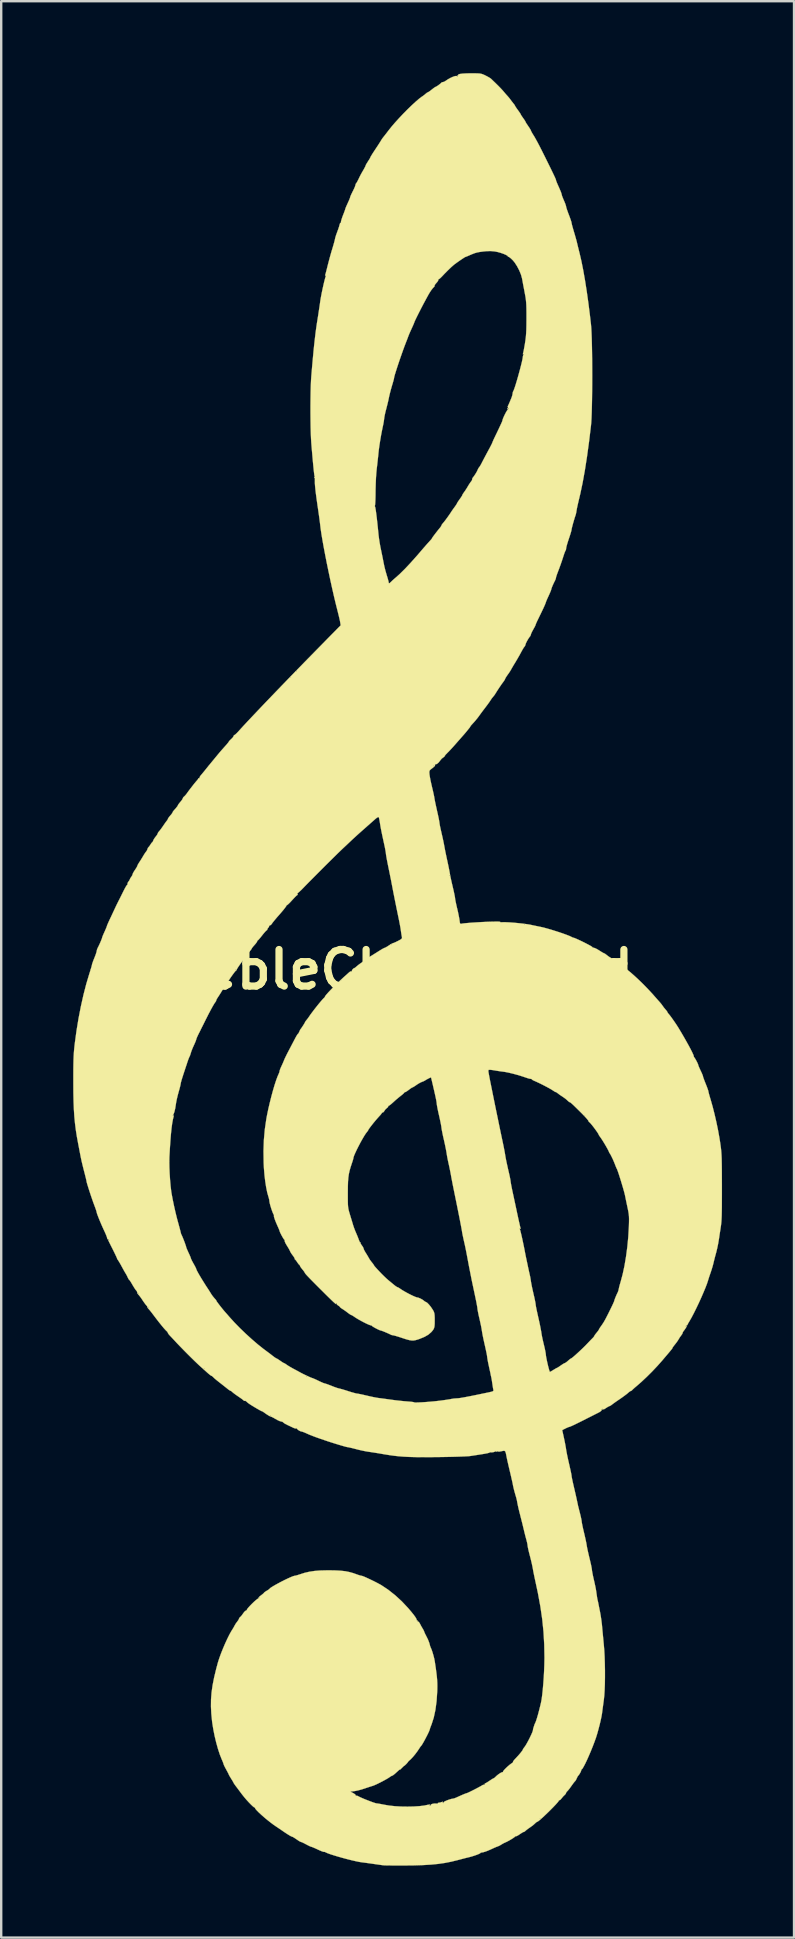
<source format=kicad_pcb>
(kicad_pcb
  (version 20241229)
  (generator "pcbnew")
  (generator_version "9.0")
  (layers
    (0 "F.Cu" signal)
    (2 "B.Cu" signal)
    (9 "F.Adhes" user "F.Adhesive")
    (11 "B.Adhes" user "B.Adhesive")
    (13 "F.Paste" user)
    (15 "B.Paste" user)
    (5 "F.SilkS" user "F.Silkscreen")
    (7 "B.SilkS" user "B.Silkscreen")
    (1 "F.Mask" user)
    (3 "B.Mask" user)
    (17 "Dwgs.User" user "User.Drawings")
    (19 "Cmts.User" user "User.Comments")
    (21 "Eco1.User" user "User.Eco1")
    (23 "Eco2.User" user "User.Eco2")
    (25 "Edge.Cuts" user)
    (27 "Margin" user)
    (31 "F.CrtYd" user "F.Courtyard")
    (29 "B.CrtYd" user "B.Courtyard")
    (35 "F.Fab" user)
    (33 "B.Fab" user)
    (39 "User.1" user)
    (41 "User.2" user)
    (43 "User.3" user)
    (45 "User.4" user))
  (footprint "trebleCleffScaled"
    (layer "F.Cu")
    (at 13.509 37.343)
    (property "Reference" "trebleCleffScaled" (at 0 0 0) (layer "F.SilkS") (effects (font (size 1.524 1.524) (thickness 0.3))))
    (attr through_hole)
    (fp_poly (pts (xy -3.443 -20.503) (xy -3.457 -20.489) (xy -3.471 -20.503) (xy -3.457 -20.518) (xy -3.443 -20.503)) (stroke (width 0.01) (type solid)) (fill yes) (layer "F.SilkS"))
    (fp_poly (pts (xy -1.524 11.388) (xy -1.538 11.402) (xy -1.552 11.388) (xy -1.538 11.374) (xy -1.524 11.388)) (stroke (width 0.01) (type solid)) (fill yes) (layer "F.SilkS"))
    (fp_poly (pts (xy 0.847 27.136) (xy 0.833 27.15) (xy 0.818 27.136) (xy 0.833 27.122) (xy 0.847 27.136)) (stroke (width 0.01) (type solid)) (fill yes) (layer "F.SilkS"))
    (fp_poly (pts (xy 2.512 -37.239) (xy 2.498 -37.225) (xy 2.484 -37.239) (xy 2.498 -37.253) (xy 2.512 -37.239)) (stroke (width 0.01) (type solid)) (fill yes) (layer "F.SilkS"))
    (fp_poly (pts (xy 4.149 20.08) (xy 4.135 20.094) (xy 4.12 20.08) (xy 4.135 20.066) (xy 4.149 20.08)) (stroke (width 0.01) (type solid)) (fill yes) (layer "F.SilkS"))
    (fp_poly (pts (xy 8.551 18.33) (xy 8.537 18.344) (xy 8.523 18.33) (xy 8.537 18.316) (xy 8.551 18.33)) (stroke (width 0.01) (type solid)) (fill yes) (layer "F.SilkS"))
    (fp_poly (pts (xy 4.591 -23.387) (xy 4.594 -23.353) (xy 4.591 -23.349) (xy 4.574 -23.353) (xy 4.572 -23.368) (xy 4.582 -23.391) (xy 4.591 -23.387)) (stroke (width 0.01) (type solid)) (fill yes) (layer "F.SilkS"))
    (fp_poly (pts (xy 3.23 -37.338) (xy 3.348 -37.335) (xy 3.434 -37.329) (xy 3.5 -37.316) (xy 3.561 -37.296) (xy 3.627 -37.267) (xy 3.664 -37.249) (xy 3.762 -37.198) (xy 3.845 -37.15) (xy 3.894 -37.115) (xy 3.895 -37.115) (xy 4.064 -36.953) (xy 4.197 -36.822) (xy 4.301 -36.716) (xy 4.382 -36.628) (xy 4.417 -36.587) (xy 4.488 -36.503) (xy 4.554 -36.428) (xy 4.59 -36.389) (xy 4.647 -36.323) (xy 4.709 -36.243) (xy 4.716 -36.232) (xy 4.776 -36.153) (xy 4.833 -36.08) (xy 4.84 -36.073) (xy 4.88 -36.021) (xy 4.897 -35.988) (xy 4.897 -35.988) (xy 4.913 -35.958) (xy 4.954 -35.895) (xy 5.012 -35.814) (xy 5.017 -35.808) (xy 5.076 -35.726) (xy 5.119 -35.662) (xy 5.136 -35.629) (xy 5.136 -35.628) (xy 5.152 -35.597) (xy 5.192 -35.536) (xy 5.235 -35.475) (xy 5.288 -35.4) (xy 5.324 -35.343) (xy 5.334 -35.321) (xy 5.349 -35.289) (xy 5.389 -35.226) (xy 5.445 -35.143) (xy 5.447 -35.14) (xy 5.503 -35.056) (xy 5.544 -34.99) (xy 5.56 -34.955) (xy 5.56 -34.954) (xy 5.574 -34.919) (xy 5.61 -34.853) (xy 5.642 -34.8) (xy 5.701 -34.706) (xy 5.764 -34.595) (xy 5.837 -34.462) (xy 5.922 -34.3) (xy 6.023 -34.101) (xy 6.144 -33.859) (xy 6.168 -33.81) (xy 6.287 -33.569) (xy 6.384 -33.373) (xy 6.459 -33.218) (xy 6.516 -33.099) (xy 6.557 -33.012) (xy 6.584 -32.951) (xy 6.599 -32.912) (xy 6.604 -32.89) (xy 6.604 -32.888) (xy 6.615 -32.85) (xy 6.645 -32.774) (xy 6.689 -32.673) (xy 6.716 -32.613) (xy 6.766 -32.499) (xy 6.808 -32.399) (xy 6.833 -32.327) (xy 6.839 -32.306) (xy 6.846 -32.268) (xy 6.859 -32.227) (xy 6.88 -32.17) (xy 6.915 -32.086) (xy 6.961 -31.979) (xy 6.997 -31.889) (xy 7.021 -31.814) (xy 7.027 -31.782) (xy 7.037 -31.738) (xy 7.064 -31.654) (xy 7.103 -31.544) (xy 7.14 -31.446) (xy 7.186 -31.324) (xy 7.223 -31.218) (xy 7.247 -31.142) (xy 7.253 -31.11) (xy 7.261 -31.066) (xy 7.282 -30.981) (xy 7.314 -30.867) (xy 7.348 -30.751) (xy 7.39 -30.61) (xy 7.429 -30.473) (xy 7.461 -30.358) (xy 7.476 -30.297) (xy 7.496 -30.211) (xy 7.526 -30.088) (xy 7.561 -29.947) (xy 7.59 -29.831) (xy 7.665 -29.507) (xy 7.74 -29.132) (xy 7.814 -28.712) (xy 7.886 -28.253) (xy 7.955 -27.762) (xy 8.02 -27.243) (xy 8.063 -26.868) (xy 8.075 -26.722) (xy 8.085 -26.527) (xy 8.094 -26.29) (xy 8.101 -26.019) (xy 8.107 -25.721) (xy 8.111 -25.402) (xy 8.113 -25.069) (xy 8.114 -24.73) (xy 8.113 -24.392) (xy 8.11 -24.062) (xy 8.106 -23.747) (xy 8.1 -23.454) (xy 8.093 -23.191) (xy 8.084 -22.963) (xy 8.073 -22.779) (xy 8.062 -22.662) (xy 7.981 -21.986) (xy 7.896 -21.363) (xy 7.807 -20.794) (xy 7.714 -20.279) (xy 7.617 -19.821) (xy 7.575 -19.643) (xy 7.538 -19.488) (xy 7.505 -19.344) (xy 7.479 -19.223) (xy 7.464 -19.139) (xy 7.461 -19.121) (xy 7.446 -19.028) (xy 7.426 -18.946) (xy 7.423 -18.937) (xy 7.389 -18.837) (xy 7.353 -18.717) (xy 7.317 -18.593) (xy 7.286 -18.477) (xy 7.263 -18.385) (xy 7.253 -18.33) (xy 7.253 -18.326) (xy 7.244 -18.28) (xy 7.22 -18.193) (xy 7.184 -18.078) (xy 7.141 -17.949) (xy 7.097 -17.816) (xy 7.061 -17.695) (xy 7.036 -17.601) (xy 7.028 -17.549) (xy 7.02 -17.488) (xy 7.005 -17.459) (xy 6.988 -17.428) (xy 6.959 -17.355) (xy 6.924 -17.252) (xy 6.902 -17.182) (xy 6.853 -17.032) (xy 6.793 -16.859) (xy 6.733 -16.695) (xy 6.713 -16.643) (xy 6.668 -16.525) (xy 6.631 -16.422) (xy 6.609 -16.35) (xy 6.604 -16.323) (xy 6.591 -16.267) (xy 6.563 -16.204) (xy 6.52 -16.119) (xy 6.475 -16.022) (xy 6.437 -15.93) (xy 6.412 -15.86) (xy 6.406 -15.832) (xy 6.395 -15.795) (xy 6.364 -15.719) (xy 6.32 -15.619) (xy 6.294 -15.561) (xy 6.244 -15.454) (xy 6.206 -15.365) (xy 6.184 -15.308) (xy 6.181 -15.295) (xy 6.168 -15.257) (xy 6.134 -15.175) (xy 6.081 -15.057) (xy 6.012 -14.912) (xy 5.931 -14.745) (xy 5.866 -14.612) (xy 5.817 -14.51) (xy 5.779 -14.427) (xy 5.759 -14.375) (xy 5.757 -14.367) (xy 5.744 -14.33) (xy 5.709 -14.261) (xy 5.659 -14.173) (xy 5.659 -14.171) (xy 5.609 -14.08) (xy 5.573 -14.004) (xy 5.56 -13.96) (xy 5.541 -13.904) (xy 5.524 -13.88) (xy 5.481 -13.825) (xy 5.431 -13.745) (xy 5.383 -13.658) (xy 5.347 -13.582) (xy 5.334 -13.537) (xy 5.315 -13.483) (xy 5.292 -13.452) (xy 5.259 -13.408) (xy 5.211 -13.329) (xy 5.157 -13.231) (xy 5.15 -13.218) (xy 5.086 -13.099) (xy 5.006 -12.96) (xy 4.927 -12.825) (xy 4.911 -12.799) (xy 4.845 -12.691) (xy 4.787 -12.593) (xy 4.747 -12.522) (xy 4.736 -12.502) (xy 4.701 -12.442) (xy 4.645 -12.357) (xy 4.594 -12.285) (xy 4.539 -12.205) (xy 4.5 -12.142) (xy 4.487 -12.112) (xy 4.472 -12.076) (xy 4.432 -12.015) (xy 4.41 -11.985) (xy 4.35 -11.903) (xy 4.277 -11.797) (xy 4.2 -11.683) (xy 4.132 -11.577) (xy 4.082 -11.497) (xy 4.075 -11.484) (xy 4.032 -11.421) (xy 3.986 -11.365) (xy 3.93 -11.296) (xy 3.876 -11.216) (xy 3.836 -11.155) (xy 3.772 -11.065) (xy 3.694 -10.961) (xy 3.655 -10.909) (xy 3.577 -10.807) (xy 3.508 -10.715) (xy 3.458 -10.647) (xy 3.443 -10.625) (xy 3.35 -10.498) (xy 3.237 -10.359) (xy 3.129 -10.239) (xy 3.074 -10.179) (xy 3.043 -10.14) (xy 3.04 -10.132) (xy 3.03 -10.112) (xy 2.991 -10.058) (xy 2.928 -9.98) (xy 2.85 -9.884) (xy 2.762 -9.781) (xy 2.696 -9.707) (xy 2.627 -9.628) (xy 2.535 -9.524) (xy 2.436 -9.411) (xy 2.386 -9.354) (xy 2.289 -9.246) (xy 2.192 -9.141) (xy 2.109 -9.055) (xy 2.075 -9.021) (xy 2.014 -8.958) (xy 1.975 -8.909) (xy 1.967 -8.891) (xy 1.949 -8.864) (xy 1.903 -8.832) (xy 1.841 -8.783) (xy 1.781 -8.711) (xy 1.775 -8.701) (xy 1.714 -8.624) (xy 1.647 -8.568) (xy 1.587 -8.545) (xy 1.571 -8.546) (xy 1.559 -8.536) (xy 1.562 -8.53) (xy 1.567 -8.501) (xy 1.541 -8.463) (xy 1.479 -8.409) (xy 1.429 -8.371) (xy 1.367 -8.322) (xy 1.336 -8.281) (xy 1.327 -8.227) (xy 1.333 -8.14) (xy 1.334 -8.131) (xy 1.347 -8.042) (xy 1.37 -7.914) (xy 1.402 -7.766) (xy 1.437 -7.614) (xy 1.438 -7.61) (xy 1.473 -7.463) (xy 1.504 -7.325) (xy 1.528 -7.21) (xy 1.541 -7.134) (xy 1.541 -7.131) (xy 1.553 -7.061) (xy 1.575 -6.95) (xy 1.605 -6.811) (xy 1.639 -6.656) (xy 1.653 -6.593) (xy 1.687 -6.442) (xy 1.716 -6.306) (xy 1.737 -6.198) (xy 1.748 -6.128) (xy 1.75 -6.111) (xy 1.756 -6.062) (xy 1.773 -5.97) (xy 1.799 -5.848) (xy 1.831 -5.708) (xy 1.836 -5.685) (xy 1.872 -5.529) (xy 1.906 -5.373) (xy 1.934 -5.236) (xy 1.953 -5.136) (xy 1.97 -5.042) (xy 1.996 -4.907) (xy 2.029 -4.75) (xy 2.064 -4.584) (xy 2.076 -4.53) (xy 2.11 -4.371) (xy 2.141 -4.221) (xy 2.166 -4.094) (xy 2.182 -4.003) (xy 2.186 -3.979) (xy 2.199 -3.906) (xy 2.223 -3.791) (xy 2.254 -3.65) (xy 2.29 -3.496) (xy 2.301 -3.449) (xy 2.336 -3.3) (xy 2.365 -3.166) (xy 2.387 -3.059) (xy 2.398 -2.991) (xy 2.399 -2.978) (xy 2.405 -2.926) (xy 2.423 -2.832) (xy 2.449 -2.708) (xy 2.481 -2.568) (xy 2.486 -2.549) (xy 2.521 -2.398) (xy 2.551 -2.252) (xy 2.575 -2.127) (xy 2.588 -2.04) (xy 2.588 -2.038) (xy 2.6 -1.951) (xy 2.617 -1.909) (xy 2.643 -1.902) (xy 2.649 -1.904) (xy 2.709 -1.916) (xy 2.81 -1.928) (xy 2.944 -1.94) (xy 3.102 -1.953) (xy 3.278 -1.964) (xy 3.461 -1.975) (xy 3.645 -1.984) (xy 3.82 -1.991) (xy 3.978 -1.995) (xy 4.111 -1.997) (xy 4.211 -1.996) (xy 4.27 -1.991) (xy 4.281 -1.985) (xy 4.292 -1.968) (xy 4.344 -1.969) (xy 4.421 -1.973) (xy 4.542 -1.97) (xy 4.695 -1.962) (xy 4.867 -1.949) (xy 5.046 -1.932) (xy 5.22 -1.913) (xy 5.378 -1.892) (xy 5.506 -1.872) (xy 5.546 -1.864) (xy 5.684 -1.834) (xy 5.826 -1.805) (xy 5.945 -1.78) (xy 5.969 -1.776) (xy 6.084 -1.75) (xy 6.228 -1.711) (xy 6.392 -1.664) (xy 6.565 -1.61) (xy 6.74 -1.554) (xy 6.904 -1.498) (xy 7.049 -1.445) (xy 7.165 -1.4) (xy 7.243 -1.364) (xy 7.266 -1.35) (xy 7.317 -1.328) (xy 7.331 -1.326) (xy 7.372 -1.315) (xy 7.449 -1.283) (xy 7.551 -1.237) (xy 7.668 -1.182) (xy 7.79 -1.122) (xy 7.906 -1.062) (xy 8.006 -1.009) (xy 8.079 -0.967) (xy 8.115 -0.941) (xy 8.117 -0.936) (xy 8.131 -0.919) (xy 8.173 -0.909) (xy 8.231 -0.891) (xy 8.317 -0.849) (xy 8.411 -0.792) (xy 8.413 -0.79) (xy 8.5 -0.735) (xy 8.569 -0.695) (xy 8.606 -0.677) (xy 8.608 -0.677) (xy 8.643 -0.661) (xy 8.7 -0.619) (xy 8.716 -0.606) (xy 8.79 -0.549) (xy 8.86 -0.503) (xy 8.866 -0.5) (xy 8.977 -0.435) (xy 9.067 -0.372) (xy 9.126 -0.319) (xy 9.144 -0.288) (xy 9.157 -0.263) (xy 9.168 -0.265) (xy 9.206 -0.262) (xy 9.263 -0.231) (xy 9.323 -0.186) (xy 9.368 -0.14) (xy 9.381 -0.106) (xy 9.38 -0.104) (xy 9.375 -0.085) (xy 9.383 -0.091) (xy 9.421 -0.088) (xy 9.492 -0.049) (xy 9.591 0.022) (xy 9.714 0.122) (xy 9.854 0.245) (xy 10.008 0.386) (xy 10.17 0.542) (xy 10.334 0.707) (xy 10.497 0.877) (xy 10.653 1.047) (xy 10.71 1.113) (xy 10.793 1.207) (xy 10.868 1.292) (xy 10.923 1.353) (xy 10.936 1.368) (xy 10.993 1.436) (xy 11.047 1.511) (xy 11.106 1.592) (xy 11.173 1.671) (xy 11.174 1.672) (xy 11.221 1.728) (xy 11.246 1.768) (xy 11.247 1.773) (xy 11.265 1.809) (xy 11.297 1.847) (xy 11.337 1.894) (xy 11.399 1.976) (xy 11.474 2.08) (xy 11.553 2.194) (xy 11.628 2.305) (xy 11.689 2.401) (xy 11.698 2.415) (xy 11.821 2.62) (xy 11.938 2.821) (xy 12.047 3.012) (xy 12.144 3.187) (xy 12.225 3.34) (xy 12.288 3.466) (xy 12.329 3.557) (xy 12.346 3.609) (xy 12.345 3.616) (xy 12.352 3.644) (xy 12.354 3.645) (xy 12.379 3.675) (xy 12.418 3.738) (xy 12.462 3.818) (xy 12.501 3.896) (xy 12.526 3.956) (xy 12.531 3.975) (xy 12.542 4.014) (xy 12.573 4.088) (xy 12.617 4.184) (xy 12.629 4.209) (xy 12.676 4.309) (xy 12.711 4.391) (xy 12.728 4.442) (xy 12.728 4.447) (xy 12.738 4.487) (xy 12.766 4.566) (xy 12.806 4.672) (xy 12.841 4.759) (xy 12.888 4.877) (xy 12.925 4.979) (xy 12.949 5.051) (xy 12.954 5.077) (xy 12.962 5.119) (xy 12.984 5.203) (xy 13.016 5.315) (xy 13.051 5.431) (xy 13.129 5.706) (xy 13.209 6.02) (xy 13.286 6.354) (xy 13.356 6.692) (xy 13.414 7.015) (xy 13.445 7.211) (xy 13.461 7.325) (xy 13.475 7.428) (xy 13.486 7.528) (xy 13.494 7.63) (xy 13.501 7.741) (xy 13.507 7.867) (xy 13.51 8.016) (xy 13.513 8.194) (xy 13.515 8.407) (xy 13.516 8.661) (xy 13.517 8.964) (xy 13.517 9.045) (xy 13.517 9.38) (xy 13.516 9.665) (xy 13.515 9.904) (xy 13.512 10.102) (xy 13.508 10.266) (xy 13.502 10.401) (xy 13.495 10.512) (xy 13.486 10.605) (xy 13.476 10.682) (xy 13.452 10.843) (xy 13.423 11.028) (xy 13.397 11.205) (xy 13.388 11.261) (xy 13.361 11.422) (xy 13.325 11.597) (xy 13.287 11.758) (xy 13.273 11.811) (xy 13.235 11.949) (xy 13.198 12.092) (xy 13.169 12.213) (xy 13.163 12.239) (xy 13.132 12.358) (xy 13.09 12.498) (xy 13.051 12.615) (xy 13.009 12.737) (xy 12.969 12.857) (xy 12.941 12.95) (xy 12.898 13.082) (xy 12.833 13.253) (xy 12.75 13.452) (xy 12.656 13.669) (xy 12.554 13.893) (xy 12.449 14.113) (xy 12.347 14.318) (xy 12.253 14.498) (xy 12.17 14.643) (xy 12.154 14.669) (xy 12.112 14.739) (xy 12.087 14.792) (xy 12.083 14.803) (xy 12.059 14.83) (xy 12.053 14.831) (xy 12.012 14.849) (xy 12.004 14.856) (xy 12 14.869) (xy 12.016 14.862) (xy 12.047 14.853) (xy 12.051 14.858) (xy 12.036 14.894) (xy 11.999 14.955) (xy 11.955 15.019) (xy 11.917 15.066) (xy 11.886 15.116) (xy 11.882 15.139) (xy 11.864 15.184) (xy 11.823 15.242) (xy 11.822 15.243) (xy 11.765 15.32) (xy 11.72 15.395) (xy 11.678 15.464) (xy 11.615 15.552) (xy 11.568 15.612) (xy 11.51 15.685) (xy 11.47 15.74) (xy 11.458 15.764) (xy 11.457 15.773) (xy 11.449 15.787) (xy 11.43 15.813) (xy 11.397 15.854) (xy 11.345 15.918) (xy 11.269 16.008) (xy 11.165 16.13) (xy 11.03 16.29) (xy 11.023 16.298) (xy 10.83 16.515) (xy 10.613 16.745) (xy 10.385 16.972) (xy 10.162 17.181) (xy 9.977 17.343) (xy 9.888 17.418) (xy 9.818 17.481) (xy 9.776 17.522) (xy 9.77 17.531) (xy 9.737 17.553) (xy 9.729 17.554) (xy 9.69 17.572) (xy 9.631 17.617) (xy 9.611 17.636) (xy 9.553 17.685) (xy 9.461 17.754) (xy 9.349 17.836) (xy 9.243 17.909) (xy 9.13 17.986) (xy 9.032 18.055) (xy 8.96 18.108) (xy 8.925 18.136) (xy 8.87 18.173) (xy 8.826 18.191) (xy 8.762 18.222) (xy 8.686 18.271) (xy 8.674 18.279) (xy 8.606 18.321) (xy 8.568 18.32) (xy 8.566 18.317) (xy 8.535 18.299) (xy 8.509 18.319) (xy 8.509 18.352) (xy 8.493 18.383) (xy 8.438 18.425) (xy 8.388 18.454) (xy 8.322 18.487) (xy 8.215 18.541) (xy 8.079 18.61) (xy 7.922 18.689) (xy 7.756 18.773) (xy 7.733 18.785) (xy 7.574 18.864) (xy 7.432 18.934) (xy 7.313 18.991) (xy 7.226 19.03) (xy 7.179 19.049) (xy 7.175 19.05) (xy 7.13 19.062) (xy 7.056 19.093) (xy 7.001 19.12) (xy 6.864 19.189) (xy 6.931 19.494) (xy 6.963 19.644) (xy 6.993 19.798) (xy 7.017 19.934) (xy 7.026 19.995) (xy 7.043 20.096) (xy 7.07 20.234) (xy 7.104 20.396) (xy 7.142 20.563) (xy 7.154 20.615) (xy 7.188 20.766) (xy 7.218 20.9) (xy 7.24 21.007) (xy 7.252 21.076) (xy 7.253 21.092) (xy 7.259 21.138) (xy 7.277 21.228) (xy 7.302 21.35) (xy 7.335 21.493) (xy 7.35 21.559) (xy 7.388 21.721) (xy 7.424 21.878) (xy 7.455 22.016) (xy 7.477 22.119) (xy 7.482 22.14) (xy 7.502 22.235) (xy 7.517 22.307) (xy 7.523 22.338) (xy 7.533 22.376) (xy 7.553 22.455) (xy 7.58 22.564) (xy 7.603 22.653) (xy 7.634 22.78) (xy 7.658 22.891) (xy 7.673 22.973) (xy 7.676 23.004) (xy 7.683 23.053) (xy 7.701 23.146) (xy 7.727 23.269) (xy 7.76 23.412) (xy 7.773 23.465) (xy 7.809 23.619) (xy 7.841 23.765) (xy 7.867 23.889) (xy 7.882 23.976) (xy 7.884 23.991) (xy 7.897 24.066) (xy 7.92 24.181) (xy 7.952 24.322) (xy 7.988 24.477) (xy 8 24.524) (xy 8.035 24.673) (xy 8.066 24.807) (xy 8.087 24.914) (xy 8.099 24.983) (xy 8.1 24.997) (xy 8.106 25.052) (xy 8.123 25.147) (xy 8.147 25.268) (xy 8.169 25.367) (xy 8.207 25.532) (xy 8.234 25.656) (xy 8.254 25.752) (xy 8.269 25.834) (xy 8.282 25.915) (xy 8.295 26.009) (xy 8.299 26.034) (xy 8.314 26.139) (xy 8.328 26.225) (xy 8.339 26.274) (xy 8.339 26.274) (xy 8.354 26.335) (xy 8.365 26.388) (xy 8.376 26.444) (xy 8.395 26.541) (xy 8.419 26.663) (xy 8.438 26.755) (xy 8.468 26.922) (xy 8.496 27.112) (xy 8.518 27.291) (xy 8.523 27.347) (xy 8.535 27.484) (xy 8.552 27.657) (xy 8.57 27.849) (xy 8.588 28.04) (xy 8.595 28.109) (xy 8.615 28.346) (xy 8.63 28.613) (xy 8.639 28.9) (xy 8.645 29.196) (xy 8.645 29.489) (xy 8.641 29.77) (xy 8.631 30.026) (xy 8.617 30.248) (xy 8.6 30.409) (xy 8.578 30.572) (xy 8.555 30.743) (xy 8.534 30.899) (xy 8.523 30.988) (xy 8.502 31.112) (xy 8.468 31.273) (xy 8.425 31.457) (xy 8.375 31.648) (xy 8.325 31.829) (xy 8.277 31.985) (xy 8.266 32.018) (xy 8.199 32.203) (xy 8.125 32.395) (xy 8.047 32.587) (xy 7.968 32.771) (xy 7.892 32.941) (xy 7.821 33.089) (xy 7.759 33.207) (xy 7.71 33.29) (xy 7.676 33.328) (xy 7.67 33.33) (xy 7.653 33.342) (xy 7.657 33.349) (xy 7.654 33.38) (xy 7.629 33.439) (xy 7.592 33.506) (xy 7.553 33.563) (xy 7.531 33.585) (xy 7.507 33.619) (xy 7.475 33.684) (xy 7.467 33.703) (xy 7.434 33.771) (xy 7.406 33.811) (xy 7.401 33.815) (xy 7.376 33.841) (xy 7.328 33.902) (xy 7.266 33.988) (xy 7.242 34.022) (xy 7.175 34.115) (xy 7.115 34.191) (xy 7.074 34.236) (xy 7.066 34.242) (xy 7.031 34.284) (xy 7.027 34.303) (xy 7.007 34.348) (xy 6.963 34.394) (xy 6.903 34.452) (xy 6.841 34.528) (xy 6.834 34.537) (xy 6.786 34.591) (xy 6.747 34.612) (xy 6.739 34.611) (xy 6.721 34.61) (xy 6.726 34.621) (xy 6.713 34.649) (xy 6.665 34.709) (xy 6.59 34.793) (xy 6.494 34.894) (xy 6.384 35.005) (xy 6.268 35.12) (xy 6.152 35.231) (xy 6.044 35.332) (xy 5.95 35.416) (xy 5.878 35.475) (xy 5.834 35.503) (xy 5.828 35.504) (xy 5.791 35.523) (xy 5.738 35.569) (xy 5.732 35.576) (xy 5.671 35.631) (xy 5.584 35.698) (xy 5.516 35.746) (xy 5.432 35.804) (xy 5.364 35.857) (xy 5.333 35.886) (xy 5.289 35.921) (xy 5.267 35.927) (xy 5.228 35.942) (xy 5.161 35.982) (xy 5.097 36.025) (xy 5.021 36.075) (xy 4.962 36.105) (xy 4.937 36.109) (xy 4.908 36.114) (xy 4.906 36.118) (xy 4.875 36.147) (xy 4.809 36.194) (xy 4.721 36.248) (xy 4.627 36.302) (xy 4.54 36.347) (xy 4.507 36.361) (xy 4.415 36.404) (xy 4.332 36.453) (xy 4.323 36.459) (xy 4.246 36.504) (xy 4.177 36.533) (xy 4.12 36.554) (xy 4.028 36.593) (xy 3.919 36.643) (xy 3.874 36.664) (xy 3.758 36.714) (xy 3.649 36.754) (xy 3.566 36.778) (xy 3.545 36.781) (xy 3.484 36.79) (xy 3.459 36.803) (xy 3.459 36.805) (xy 3.441 36.823) (xy 3.381 36.852) (xy 3.29 36.888) (xy 3.182 36.925) (xy 3.067 36.96) (xy 2.963 36.987) (xy 2.87 37.009) (xy 2.742 37.042) (xy 2.598 37.08) (xy 2.498 37.106) (xy 2.237 37.17) (xy 1.973 37.222) (xy 1.695 37.262) (xy 1.396 37.291) (xy 1.066 37.311) (xy 0.696 37.323) (xy 0.395 37.326) (xy 0.174 37.327) (xy -0.033 37.327) (xy -0.219 37.326) (xy -0.375 37.325) (xy -0.493 37.323) (xy -0.566 37.32) (xy -0.579 37.319) (xy -0.656 37.31) (xy -0.771 37.294) (xy -0.903 37.275) (xy -0.974 37.265) (xy -1.126 37.243) (xy -1.287 37.221) (xy -1.43 37.202) (xy -1.473 37.197) (xy -1.59 37.179) (xy -1.74 37.148) (xy -1.913 37.108) (xy -2.1 37.061) (xy -2.293 37.009) (xy -2.48 36.956) (xy -2.653 36.904) (xy -2.803 36.856) (xy -2.919 36.813) (xy -2.994 36.779) (xy -3.008 36.77) (xy -3.046 36.758) (xy -3.056 36.762) (xy -3.087 36.758) (xy -3.156 36.734) (xy -3.253 36.693) (xy -3.317 36.663) (xy -3.426 36.613) (xy -3.516 36.574) (xy -3.576 36.551) (xy -3.592 36.548) (xy -3.63 36.535) (xy -3.702 36.501) (xy -3.793 36.454) (xy -3.802 36.449) (xy -3.893 36.401) (xy -3.967 36.365) (xy -4.008 36.35) (xy -4.01 36.35) (xy -4.05 36.336) (xy -4.113 36.3) (xy -4.122 36.294) (xy -4.208 36.235) (xy -4.289 36.181) (xy -4.351 36.143) (xy -4.395 36.125) (xy -4.399 36.124) (xy -4.437 36.109) (xy -4.511 36.067) (xy -4.613 36.003) (xy -4.732 35.924) (xy -4.839 35.85) (xy -4.929 35.789) (xy -5.016 35.73) (xy -5.039 35.715) (xy -5.154 35.637) (xy -5.282 35.541) (xy -5.415 35.436) (xy -5.486 35.377) (xy 5.927 35.377) (xy 5.941 35.391) (xy 5.955 35.377) (xy 5.941 35.362) (xy 5.927 35.377) (xy -5.486 35.377) (xy -5.547 35.326) (xy -5.67 35.218) (xy -5.778 35.118) (xy -5.862 35.033) (xy -5.918 34.968) (xy -5.936 34.93) (xy -5.935 34.927) (xy -5.932 34.912) (xy -5.941 34.918) (xy -5.969 34.908) (xy -6.026 34.863) (xy -6.104 34.789) (xy -6.195 34.695) (xy -6.292 34.589) (xy -6.386 34.478) (xy -6.472 34.37) (xy -6.482 34.357) (xy -6.565 34.246) (xy -6.651 34.131) (xy -6.723 34.036) (xy -6.724 34.035) (xy -6.779 33.96) (xy -6.818 33.903) (xy -6.83 33.88) (xy -6.844 33.85) (xy -6.881 33.786) (xy -6.929 33.71) (xy -6.979 33.628) (xy -7.015 33.566) (xy -7.027 33.539) (xy -7.04 33.508) (xy -7.074 33.442) (xy -7.122 33.353) (xy -7.132 33.335) (xy -7.184 33.239) (xy -7.224 33.158) (xy -7.244 33.107) (xy -7.244 33.104) (xy -7.259 33.056) (xy -7.29 32.976) (xy -7.327 32.892) (xy -7.402 32.702) (xy -7.478 32.469) (xy -7.551 32.207) (xy -7.617 31.932) (xy -7.672 31.655) (xy -7.714 31.392) (xy -7.723 31.327) (xy -7.755 31.004) (xy -7.77 30.703) (xy -7.767 30.412) (xy -7.745 30.12) (xy -7.702 29.818) (xy -7.638 29.494) (xy -7.552 29.137) (xy -7.479 28.866) (xy -7.427 28.703) (xy -7.358 28.512) (xy -7.276 28.305) (xy -7.187 28.096) (xy -7.095 27.896) (xy -7.008 27.719) (xy -6.929 27.576) (xy -6.892 27.517) (xy -6.838 27.43) (xy -6.791 27.345) (xy -6.786 27.334) (xy -6.738 27.252) (xy -6.678 27.17) (xy -6.675 27.167) (xy -6.629 27.104) (xy -6.605 27.055) (xy -6.604 27.048) (xy -6.583 27.005) (xy -6.55 26.974) (xy -6.502 26.926) (xy -6.448 26.853) (xy -6.435 26.833) (xy -6.385 26.764) (xy -6.333 26.718) (xy -6.32 26.712) (xy -6.279 26.688) (xy -6.273 26.67) (xy -6.258 26.639) (xy -6.211 26.581) (xy -6.141 26.505) (xy -6.06 26.422) (xy -5.976 26.341) (xy -5.899 26.273) (xy -5.84 26.225) (xy -5.807 26.209) (xy -5.806 26.209) (xy -5.79 26.209) (xy -5.796 26.197) (xy -5.785 26.165) (xy -5.769 26.148) (xy -5.757 26.148) (xy -5.743 26.162) (xy -5.729 26.148) (xy -5.743 26.134) (xy -5.757 26.148) (xy -5.769 26.148) (xy -5.737 26.114) (xy -5.687 26.075) (xy -5.617 26.021) (xy -5.571 25.98) (xy -5.56 25.965) (xy -5.537 25.941) (xy -5.481 25.903) (xy -5.449 25.884) (xy -5.38 25.842) (xy -5.336 25.807) (xy -5.329 25.798) (xy -5.297 25.767) (xy -5.224 25.718) (xy -5.118 25.655) (xy -4.99 25.584) (xy -4.85 25.509) (xy -4.706 25.436) (xy -4.568 25.37) (xy -4.446 25.315) (xy -4.351 25.276) (xy -4.29 25.259) (xy -4.284 25.259) (xy -4.236 25.25) (xy -4.155 25.227) (xy -4.075 25.201) (xy -3.871 25.136) (xy -3.669 25.089) (xy -3.457 25.057) (xy -3.22 25.038) (xy -2.946 25.031) (xy -2.842 25.03) (xy -2.58 25.035) (xy -2.362 25.047) (xy -2.173 25.068) (xy -2.003 25.102) (xy -1.836 25.149) (xy -1.691 25.201) (xy -1.599 25.233) (xy -1.523 25.254) (xy -1.49 25.259) (xy -1.447 25.271) (xy -1.365 25.304) (xy -1.254 25.354) (xy -1.126 25.414) (xy -0.991 25.479) (xy -0.861 25.545) (xy -0.745 25.607) (xy -0.674 25.647) (xy -0.388 25.837) (xy -0.096 26.068) (xy 0.185 26.326) (xy 0.441 26.599) (xy 0.578 26.76) (xy 0.678 26.885) (xy 0.747 26.98) (xy 0.788 27.05) (xy 0.805 27.1) (xy 0.805 27.105) (xy 0.825 27.15) (xy 0.85 27.157) (xy 0.885 27.177) (xy 0.926 27.232) (xy 0.938 27.256) (xy 0.988 27.352) (xy 1.042 27.445) (xy 1.047 27.453) (xy 1.087 27.521) (xy 1.11 27.574) (xy 1.112 27.58) (xy 1.129 27.626) (xy 1.162 27.697) (xy 1.172 27.714) (xy 1.269 27.907) (xy 1.328 28.061) (xy 1.341 28.112) (xy 1.362 28.19) (xy 1.385 28.248) (xy 1.386 28.25) (xy 1.419 28.325) (xy 1.458 28.438) (xy 1.497 28.57) (xy 1.531 28.703) (xy 1.554 28.819) (xy 1.555 28.829) (xy 1.592 29.074) (xy 1.619 29.274) (xy 1.639 29.442) (xy 1.652 29.587) (xy 1.659 29.721) (xy 1.661 29.855) (xy 1.659 30.001) (xy 1.656 30.085) (xy 1.63 30.479) (xy 1.582 30.842) (xy 1.512 31.166) (xy 1.422 31.446) (xy 1.396 31.51) (xy 1.362 31.601) (xy 1.339 31.679) (xy 1.319 31.733) (xy 1.279 31.819) (xy 1.226 31.926) (xy 1.166 32.041) (xy 1.106 32.153) (xy 1.051 32.249) (xy 1.009 32.316) (xy 0.988 32.343) (xy 0.96 32.374) (xy 0.92 32.434) (xy 0.913 32.445) (xy 0.837 32.56) (xy 0.744 32.685) (xy 0.648 32.801) (xy 0.562 32.893) (xy 0.532 32.921) (xy 0.474 32.972) (xy 0.441 33.008) (xy 0.437 33.015) (xy 0.419 33.042) (xy 0.375 33.092) (xy 0.36 33.107) (xy 0.311 33.154) (xy 0.284 33.174) (xy 0.282 33.173) (xy 0.265 33.185) (xy 0.22 33.228) (xy 0.181 33.267) (xy 0.129 33.318) (xy 0.102 33.339) (xy 0.102 33.331) (xy 0.094 33.329) (xy 0.055 33.36) (xy -0.009 33.418) (xy -0.03 33.437) (xy -0.108 33.508) (xy -0.172 33.56) (xy -0.212 33.584) (xy -0.215 33.584) (xy -0.257 33.601) (xy -0.317 33.64) (xy -0.323 33.645) (xy -0.389 33.689) (xy -0.491 33.748) (xy -0.614 33.815) (xy -0.744 33.882) (xy -0.867 33.942) (xy -0.969 33.987) (xy -1.03 34.01) (xy -1.094 34.029) (xy -1.195 34.062) (xy -1.313 34.101) (xy -1.369 34.12) (xy -1.504 34.163) (xy -1.643 34.2) (xy -1.762 34.225) (xy -1.792 34.229) (xy -1.961 34.25) (xy -1.841 34.313) (xy -1.769 34.359) (xy -1.738 34.397) (xy -1.739 34.408) (xy -1.741 34.427) (xy -1.727 34.42) (xy -1.682 34.42) (xy -1.629 34.444) (xy -1.569 34.476) (xy -1.473 34.519) (xy -1.355 34.569) (xy -1.225 34.62) (xy -1.098 34.668) (xy -0.987 34.708) (xy -0.903 34.734) (xy -0.863 34.742) (xy -0.811 34.748) (xy -0.719 34.763) (xy -0.603 34.786) (xy -0.536 34.799) (xy -0.333 34.833) (xy -0.098 34.858) (xy 0.156 34.872) (xy 0.417 34.876) (xy 0.672 34.871) (xy 0.909 34.856) (xy 1.114 34.831) (xy 1.274 34.797) (xy 1.345 34.789) (xy 1.373 34.804) (xy 1.374 34.821) (xy 1.355 34.812) (xy 1.331 34.805) (xy 1.338 34.822) (xy 1.372 34.843) (xy 1.385 34.839) (xy 1.4 34.806) (xy 1.397 34.797) (xy 1.409 34.777) (xy 1.46 34.759) (xy 1.53 34.747) (xy 1.6 34.745) (xy 1.637 34.75) (xy 1.675 34.752) (xy 1.678 34.739) (xy 1.688 34.719) (xy 1.722 34.713) (xy 1.798 34.7) (xy 1.835 34.685) (xy 1.887 34.672) (xy 1.908 34.689) (xy 1.911 34.709) (xy 1.891 34.699) (xy 1.867 34.692) (xy 1.874 34.709) (xy 1.908 34.73) (xy 1.922 34.726) (xy 1.937 34.694) (xy 1.934 34.686) (xy 1.951 34.667) (xy 2.007 34.639) (xy 2.086 34.606) (xy 2.173 34.576) (xy 2.252 34.553) (xy 2.308 34.544) (xy 2.308 34.544) (xy 2.36 34.533) (xy 2.432 34.506) (xy 2.437 34.504) (xy 2.605 34.428) (xy 2.728 34.374) (xy 2.811 34.34) (xy 2.86 34.322) (xy 2.878 34.318) (xy 2.913 34.306) (xy 2.986 34.273) (xy 3.084 34.225) (xy 3.196 34.169) (xy 3.309 34.11) (xy 3.412 34.055) (xy 3.493 34.01) (xy 3.54 33.981) (xy 3.543 33.978) (xy 3.593 33.961) (xy 3.616 33.967) (xy 3.636 33.972) (xy 3.629 33.955) (xy 3.634 33.921) (xy 3.66 33.904) (xy 3.711 33.879) (xy 3.787 33.831) (xy 3.845 33.792) (xy 3.922 33.741) (xy 3.98 33.706) (xy 4.003 33.697) (xy 4.038 33.678) (xy 4.081 33.638) (xy 4.143 33.579) (xy 4.219 33.52) (xy 4.295 33.471) (xy 4.357 33.44) (xy 4.389 33.437) (xy 4.399 33.438) (xy 4.394 33.426) (xy 4.406 33.395) (xy 4.451 33.34) (xy 4.519 33.27) (xy 4.598 33.196) (xy 4.679 33.127) (xy 4.75 33.075) (xy 4.773 33.061) (xy 4.81 33.032) (xy 4.812 33.015) (xy 4.82 32.988) (xy 4.86 32.934) (xy 4.902 32.888) (xy 5 32.783) (xy 5.089 32.683) (xy 5.16 32.596) (xy 5.207 32.533) (xy 5.221 32.503) (xy 5.238 32.467) (xy 5.279 32.409) (xy 5.292 32.394) (xy 5.335 32.332) (xy 5.391 32.237) (xy 5.454 32.122) (xy 5.516 32) (xy 5.572 31.882) (xy 5.616 31.782) (xy 5.641 31.712) (xy 5.644 31.692) (xy 5.654 31.628) (xy 5.675 31.561) (xy 5.695 31.503) (xy 5.702 31.475) (xy 5.702 31.475) (xy 5.712 31.447) (xy 5.739 31.391) (xy 5.742 31.386) (xy 5.771 31.313) (xy 5.81 31.194) (xy 5.855 31.04) (xy 5.903 30.859) (xy 5.952 30.663) (xy 5.983 30.53) (xy 6.008 30.395) (xy 6.032 30.213) (xy 6.055 29.996) (xy 6.076 29.753) (xy 6.095 29.495) (xy 6.109 29.233) (xy 6.119 28.975) (xy 6.124 28.734) (xy 6.125 28.663) (xy 6.115 28.122) (xy 6.085 27.596) (xy 6.032 27.072) (xy 5.954 26.536) (xy 5.851 25.976) (xy 5.752 25.513) (xy 5.718 25.356) (xy 5.686 25.202) (xy 5.659 25.068) (xy 5.642 24.97) (xy 5.641 24.963) (xy 5.623 24.869) (xy 5.595 24.738) (xy 5.559 24.587) (xy 5.52 24.433) (xy 5.518 24.426) (xy 5.482 24.286) (xy 5.452 24.161) (xy 5.432 24.065) (xy 5.423 24.008) (xy 5.423 24.003) (xy 5.416 23.949) (xy 5.398 23.86) (xy 5.37 23.752) (xy 5.365 23.735) (xy 5.328 23.596) (xy 5.29 23.444) (xy 5.262 23.326) (xy 5.237 23.222) (xy 5.203 23.081) (xy 5.162 22.921) (xy 5.121 22.76) (xy 5.118 22.747) (xy 5.079 22.594) (xy 5.043 22.446) (xy 5.015 22.319) (xy 4.997 22.229) (xy 4.995 22.219) (xy 4.976 22.113) (xy 4.952 22.014) (xy 4.942 21.979) (xy 4.908 21.864) (xy 4.871 21.732) (xy 4.839 21.605) (xy 4.816 21.501) (xy 4.809 21.463) (xy 4.799 21.408) (xy 4.777 21.309) (xy 4.747 21.177) (xy 4.712 21.025) (xy 4.685 20.913) (xy 4.645 20.743) (xy 4.607 20.578) (xy 4.574 20.433) (xy 4.55 20.32) (xy 4.541 20.274) (xy 4.518 20.157) (xy 4.496 20.087) (xy 4.465 20.054) (xy 4.417 20.051) (xy 4.343 20.066) (xy 4.335 20.068) (xy 4.233 20.086) (xy 4.177 20.077) (xy 4.173 20.073) (xy 4.125 20.062) (xy 4.06 20.086) (xy 3.98 20.112) (xy 3.907 20.115) (xy 3.855 20.112) (xy 3.838 20.123) (xy 3.812 20.135) (xy 3.742 20.153) (xy 3.638 20.173) (xy 3.535 20.19) (xy 3.384 20.214) (xy 3.228 20.238) (xy 3.092 20.259) (xy 3.034 20.268) (xy 2.962 20.275) (xy 2.842 20.282) (xy 2.679 20.289) (xy 2.482 20.296) (xy 2.258 20.302) (xy 2.013 20.307) (xy 1.756 20.311) (xy 1.672 20.312) (xy 1.31 20.315) (xy 0.996 20.316) (xy 0.722 20.313) (xy 0.481 20.306) (xy 0.262 20.295) (xy 0.06 20.279) (xy -0.136 20.258) (xy -0.332 20.231) (xy -0.538 20.198) (xy -0.66 20.177) (xy -0.815 20.15) (xy -0.975 20.125) (xy -1.118 20.103) (xy -1.185 20.094) (xy -1.303 20.075) (xy -1.453 20.045) (xy -1.613 20.009) (xy -1.718 19.982) (xy -1.849 19.948) (xy -1.962 19.921) (xy -2.046 19.903) (xy -2.085 19.897) (xy -2.127 19.889) (xy -2.212 19.866) (xy -2.331 19.832) (xy -2.472 19.79) (xy -2.628 19.742) (xy -2.786 19.692) (xy -2.937 19.643) (xy -2.992 19.624) (xy -3.212 19.549) (xy -3.388 19.487) (xy -3.528 19.435) (xy -3.642 19.39) (xy -3.737 19.349) (xy -3.776 19.331) (xy -3.871 19.289) (xy -3.949 19.259) (xy -3.994 19.248) (xy -3.994 19.248) (xy -4.046 19.234) (xy -4.107 19.203) (xy -4.159 19.165) (xy -4.186 19.132) (xy -4.184 19.121) (xy -4.184 19.111) (xy -4.2 19.119) (xy -4.25 19.122) (xy -4.32 19.101) (xy -4.327 19.097) (xy -4.402 19.061) (xy -4.503 19.013) (xy -4.582 18.976) (xy -4.669 18.932) (xy -4.733 18.892) (xy -4.759 18.868) (xy -4.793 18.842) (xy -4.844 18.83) (xy -4.906 18.813) (xy -4.994 18.773) (xy -5.08 18.725) (xy -5.167 18.675) (xy -5.236 18.64) (xy -5.273 18.627) (xy -5.314 18.611) (xy -5.362 18.584) (xy -5.306 18.584) (xy -5.292 18.598) (xy -5.278 18.584) (xy -5.292 18.57) (xy -5.306 18.584) (xy -5.362 18.584) (xy -5.386 18.571) (xy -5.474 18.514) (xy -5.564 18.45) (xy -5.573 18.443) (xy -5.624 18.41) (xy -5.652 18.401) (xy -5.685 18.387) (xy -5.753 18.35) (xy -5.846 18.297) (xy -5.949 18.236) (xy -6.051 18.174) (xy -6.14 18.118) (xy -6.203 18.075) (xy -6.219 18.063) (xy -6.277 18.014) (xy -6.307 17.986) (xy -6.347 17.966) (xy -6.362 17.971) (xy -6.391 17.97) (xy -6.401 17.959) (xy -6.432 17.931) (xy -6.498 17.88) (xy -6.589 17.817) (xy -6.634 17.786) (xy -6.734 17.717) (xy -6.818 17.655) (xy -6.873 17.61) (xy -6.885 17.599) (xy -6.927 17.562) (xy -6.948 17.554) (xy -6.984 17.538) (xy -7.045 17.496) (xy -7.079 17.469) (xy -7.146 17.415) (xy -7.242 17.339) (xy -7.353 17.252) (xy -7.422 17.198) (xy -7.523 17.118) (xy -7.608 17.047) (xy -7.665 16.994) (xy -7.685 16.972) (xy -7.711 16.947) (xy -3.81 16.947) (xy -3.796 16.962) (xy -3.782 16.947) (xy -3.796 16.933) (xy -3.81 16.947) (xy -7.711 16.947) (xy -7.722 16.938) (xy -7.738 16.933) (xy -7.774 16.916) (xy -7.836 16.869) (xy -7.902 16.813) (xy -7.984 16.739) (xy -8.091 16.643) (xy -8.097 16.637) (xy -8.072 16.637) (xy -8.057 16.651) (xy -8.043 16.637) (xy -8.057 16.623) (xy -8.072 16.637) (xy -8.097 16.637) (xy -8.202 16.544) (xy -8.24 16.51) (xy -8.332 16.424) (xy -8.454 16.307) (xy -8.596 16.168) (xy -8.749 16.016) (xy -8.902 15.861) (xy -9.047 15.712) (xy -9.175 15.579) (xy -9.274 15.472) (xy -9.356 15.384) (xy -9.439 15.296) (xy -9.476 15.258) (xy -9.531 15.196) (xy -9.563 15.147) (xy -9.567 15.134) (xy -9.588 15.093) (xy -9.617 15.065) (xy -9.661 15.022) (xy -9.732 14.943) (xy -9.823 14.834) (xy -9.926 14.706) (xy -10.035 14.566) (xy -10.143 14.424) (xy -10.166 14.393) (xy -10.24 14.295) (xy -10.306 14.212) (xy -10.354 14.156) (xy -10.368 14.142) (xy -10.406 14.096) (xy -10.414 14.069) (xy -10.386 14.069) (xy -10.372 14.083) (xy -10.358 14.069) (xy -10.372 14.055) (xy -10.386 14.069) (xy -10.414 14.069) (xy -10.434 14.022) (xy -10.456 13.999) (xy -10.49 13.96) (xy -10.544 13.887) (xy -10.609 13.794) (xy -10.629 13.762) (xy -10.694 13.667) (xy -10.752 13.591) (xy -10.792 13.545) (xy -10.799 13.538) (xy -10.824 13.504) (xy -10.809 13.504) (xy -10.795 13.518) (xy -10.781 13.504) (xy -10.795 13.49) (xy -10.809 13.504) (xy -10.824 13.504) (xy -10.832 13.493) (xy -10.837 13.464) (xy -10.858 13.403) (xy -10.88 13.377) (xy -10.913 13.337) (xy -10.964 13.262) (xy -11.023 13.165) (xy -11.041 13.134) (xy -11.096 13.039) (xy -11.143 12.967) (xy -11.173 12.929) (xy -11.178 12.926) (xy -11.2 12.902) (xy -11.229 12.845) (xy -11.234 12.834) (xy -11.275 12.747) (xy -11.318 12.672) (xy -11.353 12.615) (xy -11.405 12.524) (xy -11.464 12.416) (xy -11.486 12.375) (xy -11.544 12.269) (xy -11.597 12.179) (xy -11.635 12.118) (xy -11.645 12.105) (xy -11.677 12.057) (xy -11.684 12.033) (xy -11.696 12) (xy -11.73 11.926) (xy -11.78 11.821) (xy -11.842 11.695) (xy -11.867 11.645) (xy -11.933 11.515) (xy -11.988 11.404) (xy -12.028 11.322) (xy -12.049 11.276) (xy -12.051 11.27) (xy -12.032 11.27) (xy -12.016 11.278) (xy -11.996 11.283) (xy -12.004 11.272) (xy -12.051 11.247) (xy -12.06 11.246) (xy -12.088 11.223) (xy -12.095 11.19) (xy -12.108 11.139) (xy -12.141 11.054) (xy -12.186 10.951) (xy -12.199 10.922) (xy -12.261 10.79) (xy -12.325 10.646) (xy -12.387 10.501) (xy -12.443 10.365) (xy -12.488 10.249) (xy -12.519 10.163) (xy -12.531 10.118) (xy -12.531 10.117) (xy -12.54 10.075) (xy -12.566 9.994) (xy -12.604 9.889) (xy -12.626 9.83) (xy -12.669 9.715) (xy -12.717 9.577) (xy -12.769 9.426) (xy -12.82 9.272) (xy -12.867 9.126) (xy -12.907 8.997) (xy -12.937 8.896) (xy -12.953 8.833) (xy -12.954 8.819) (xy -12.961 8.783) (xy -12.979 8.703) (xy -13.007 8.591) (xy -13.041 8.457) (xy -13.05 8.424) (xy -13.091 8.263) (xy -13.132 8.096) (xy -13.152 8.01) (xy -9.506 8.01) (xy -9.502 8.248) (xy -9.491 8.508) (xy -9.473 8.773) (xy -9.451 9.025) (xy -9.424 9.249) (xy -9.409 9.342) (xy -9.366 9.573) (xy -9.312 9.834) (xy -9.252 10.101) (xy -9.191 10.35) (xy -9.155 10.485) (xy -9.101 10.68) (xy -9.06 10.833) (xy -9.033 10.939) (xy -9.021 10.993) (xy -9.002 11.043) (xy -8.998 11.049) (xy -8.975 11.097) (xy -8.941 11.178) (xy -8.901 11.277) (xy -8.862 11.38) (xy -8.83 11.471) (xy -8.809 11.534) (xy -8.805 11.553) (xy -8.794 11.593) (xy -8.763 11.669) (xy -8.719 11.766) (xy -8.707 11.793) (xy -8.66 11.893) (xy -8.626 11.974) (xy -8.609 12.023) (xy -8.608 12.029) (xy -8.594 12.066) (xy -8.559 12.138) (xy -8.509 12.231) (xy -8.495 12.255) (xy -8.442 12.35) (xy -8.402 12.428) (xy -8.383 12.474) (xy -8.382 12.479) (xy -8.367 12.52) (xy -8.325 12.602) (xy -8.261 12.716) (xy -8.179 12.854) (xy -8.082 13.011) (xy -7.977 13.178) (xy -7.885 13.318) (xy -7.826 13.41) (xy -7.771 13.499) (xy -7.752 13.53) (xy -7.697 13.608) (xy -7.628 13.692) (xy -7.612 13.709) (xy -7.564 13.763) (xy -7.542 13.796) (xy -7.543 13.801) (xy -7.534 13.821) (xy -7.496 13.874) (xy -7.438 13.951) (xy -7.368 14.042) (xy -7.292 14.136) (xy -7.22 14.224) (xy -7.158 14.295) (xy -7.15 14.304) (xy -7.103 14.356) (xy -7.036 14.433) (xy -6.985 14.492) (xy -6.791 14.706) (xy -6.565 14.937) (xy -6.319 15.174) (xy -6.065 15.405) (xy -5.816 15.619) (xy -5.585 15.803) (xy -5.507 15.861) (xy -5.398 15.942) (xy -5.285 16.027) (xy -5.2 16.094) (xy -5.126 16.15) (xy -5.069 16.188) (xy -5.045 16.2) (xy -5.012 16.215) (xy -4.949 16.255) (xy -4.886 16.298) (xy -4.809 16.351) (xy -4.751 16.387) (xy -4.727 16.397) (xy -4.692 16.413) (xy -4.633 16.452) (xy -4.617 16.464) (xy -4.548 16.51) (xy -4.449 16.569) (xy -4.341 16.63) (xy -4.332 16.634) (xy -4.227 16.69) (xy -4.134 16.74) (xy -4.069 16.776) (xy -4.064 16.779) (xy -3.989 16.819) (xy -3.892 16.868) (xy -3.787 16.918) (xy -3.688 16.964) (xy -3.608 16.999) (xy -3.561 17.017) (xy -3.555 17.018) (xy -3.52 17.03) (xy -3.447 17.061) (xy -3.349 17.106) (xy -3.299 17.131) (xy -3.193 17.181) (xy -3.104 17.22) (xy -3.046 17.241) (xy -3.033 17.244) (xy -2.993 17.254) (xy -2.915 17.281) (xy -2.811 17.32) (xy -2.748 17.345) (xy -2.631 17.391) (xy -2.526 17.428) (xy -2.449 17.451) (xy -2.427 17.456) (xy -2.372 17.469) (xy -2.278 17.495) (xy -2.159 17.531) (xy -2.048 17.567) (xy -1.92 17.607) (xy -1.807 17.639) (xy -1.724 17.661) (xy -1.685 17.667) (xy -1.637 17.674) (xy -1.547 17.691) (xy -1.428 17.717) (xy -1.292 17.749) (xy -1.287 17.75) (xy -1.138 17.784) (xy -0.993 17.815) (xy -0.869 17.839) (xy -0.79 17.851) (xy -0.702 17.862) (xy -0.575 17.879) (xy -0.425 17.899) (xy -0.268 17.921) (xy -0.254 17.923) (xy -0.079 17.946) (xy 0.108 17.967) (xy 0.284 17.985) (xy 0.415 17.995) (xy 0.534 18.005) (xy 0.626 18.015) (xy 0.682 18.025) (xy 0.693 18.031) (xy 0.714 18.038) (xy 0.782 18.039) (xy 0.888 18.036) (xy 1.022 18.03) (xy 1.177 18.02) (xy 1.342 18.007) (xy 1.509 17.992) (xy 1.668 17.975) (xy 1.764 17.964) (xy 1.913 17.944) (xy 2.052 17.924) (xy 2.167 17.906) (xy 2.241 17.892) (xy 2.244 17.891) (xy 2.35 17.874) (xy 2.464 17.866) (xy 2.478 17.865) (xy 2.532 17.862) (xy 2.615 17.851) (xy 2.729 17.832) (xy 2.881 17.804) (xy 3.072 17.767) (xy 3.308 17.719) (xy 3.592 17.66) (xy 3.791 17.619) (xy 3.9 17.594) (xy 3.965 17.575) (xy 3.994 17.554) (xy 3.999 17.528) (xy 3.996 17.511) (xy 3.984 17.453) (xy 3.969 17.359) (xy 3.952 17.248) (xy 3.951 17.241) (xy 3.935 17.133) (xy 3.92 17.045) (xy 3.91 16.992) (xy 3.909 16.99) (xy 3.895 16.929) (xy 3.884 16.877) (xy 3.873 16.818) (xy 3.852 16.721) (xy 3.826 16.604) (xy 3.815 16.552) (xy 3.787 16.422) (xy 3.762 16.295) (xy 3.745 16.195) (xy 3.742 16.171) (xy 3.736 16.122) (xy 3.73 16.08) (xy 3.723 16.038) (xy 3.713 15.985) (xy 3.697 15.911) (xy 3.675 15.807) (xy 3.643 15.664) (xy 3.617 15.55) (xy 3.584 15.399) (xy 3.554 15.255) (xy 3.532 15.134) (xy 3.518 15.051) (xy 3.517 15.042) (xy 3.505 14.966) (xy 3.483 14.85) (xy 3.453 14.71) (xy 3.42 14.561) (xy 3.417 14.549) (xy 3.384 14.406) (xy 3.358 14.278) (xy 3.339 14.177) (xy 3.331 14.116) (xy 3.331 14.111) (xy 3.325 14.062) (xy 3.308 13.967) (xy 3.284 13.838) (xy 3.252 13.685) (xy 3.22 13.533) (xy 3.094 12.939) (xy 2.982 12.372) (xy 2.903 11.952) (xy 2.871 11.782) (xy 2.832 11.588) (xy 2.792 11.403) (xy 2.775 11.331) (xy 2.745 11.195) (xy 2.718 11.069) (xy 2.699 10.97) (xy 2.691 10.922) (xy 2.68 10.852) (xy 2.657 10.727) (xy 2.623 10.549) (xy 2.578 10.318) (xy 2.521 10.034) (xy 2.454 9.7) (xy 2.375 9.315) (xy 2.372 9.299) (xy 2.335 9.117) (xy 2.299 8.938) (xy 2.268 8.777) (xy 2.243 8.647) (xy 2.229 8.565) (xy 2.207 8.447) (xy 2.177 8.299) (xy 2.145 8.146) (xy 2.131 8.086) (xy 2.101 7.947) (xy 2.074 7.812) (xy 2.055 7.699) (xy 2.049 7.658) (xy 2.036 7.579) (xy 2.013 7.458) (xy 1.983 7.311) (xy 1.948 7.151) (xy 1.933 7.085) (xy 1.898 6.932) (xy 1.87 6.794) (xy 1.848 6.683) (xy 1.836 6.609) (xy 1.834 6.59) (xy 1.828 6.54) (xy 1.811 6.446) (xy 1.786 6.32) (xy 1.754 6.173) (xy 1.736 6.092) (xy 1.701 5.939) (xy 1.672 5.8) (xy 1.651 5.688) (xy 1.639 5.613) (xy 1.637 5.593) (xy 1.631 5.536) (xy 1.615 5.44) (xy 1.591 5.323) (xy 1.579 5.267) (xy 1.539 5.089) (xy 1.5 4.92) (xy 1.465 4.768) (xy 1.435 4.642) (xy 1.413 4.55) (xy 1.4 4.501) (xy 1.398 4.495) (xy 1.373 4.502) (xy 1.316 4.528) (xy 1.248 4.563) (xy 1.184 4.599) (xy 1.149 4.622) (xy 1.1 4.649) (xy 1.027 4.678) (xy 1.02 4.68) (xy 0.943 4.715) (xy 0.848 4.77) (xy 0.787 4.812) (xy 0.71 4.864) (xy 0.65 4.9) (xy 0.625 4.911) (xy 0.591 4.927) (xy 0.529 4.969) (xy 0.477 5.009) (xy 0.402 5.064) (xy 0.342 5.1) (xy 0.318 5.108) (xy 0.285 5.122) (xy 0.282 5.131) (xy 0.261 5.158) (xy 0.207 5.207) (xy 0.134 5.265) (xy 0.036 5.343) (xy -0.077 5.439) (xy -0.179 5.532) (xy -0.259 5.603) (xy -0.326 5.655) (xy -0.367 5.679) (xy -0.372 5.679) (xy -0.387 5.688) (xy -0.383 5.697) (xy -0.393 5.729) (xy -0.438 5.769) (xy -0.439 5.77) (xy -0.503 5.828) (xy -0.542 5.886) (xy -0.578 5.937) (xy -0.611 5.955) (xy -0.646 5.968) (xy -0.649 5.976) (xy -0.667 6.007) (xy -0.713 6.064) (xy -0.756 6.11) (xy -0.825 6.187) (xy -0.907 6.281) (xy -0.992 6.384) (xy -1.073 6.486) (xy -1.142 6.576) (xy -1.192 6.644) (xy -1.213 6.681) (xy -1.214 6.683) (xy -1.231 6.718) (xy -1.272 6.769) (xy -1.321 6.834) (xy -1.386 6.935) (xy -1.461 7.062) (xy -1.541 7.206) (xy -1.62 7.357) (xy -1.694 7.504) (xy -1.757 7.638) (xy -1.805 7.748) (xy -1.831 7.825) (xy -1.834 7.849) (xy -1.843 7.891) (xy -1.866 7.97) (xy -1.899 8.071) (xy -1.905 8.088) (xy -1.957 8.247) (xy -1.997 8.39) (xy -2.027 8.528) (xy -2.047 8.674) (xy -2.06 8.839) (xy -2.066 9.036) (xy -2.068 9.275) (xy -2.068 9.313) (xy -2.068 9.514) (xy -2.067 9.668) (xy -2.064 9.787) (xy -2.057 9.882) (xy -2.046 9.961) (xy -2.03 10.037) (xy -2.007 10.119) (xy -1.978 10.216) (xy -1.936 10.355) (xy -1.895 10.488) (xy -1.862 10.599) (xy -1.847 10.65) (xy -1.814 10.749) (xy -1.768 10.871) (xy -1.724 10.974) (xy -1.676 11.087) (xy -1.632 11.197) (xy -1.604 11.275) (xy -1.561 11.373) (xy -1.501 11.47) (xy -1.489 11.486) (xy -1.441 11.555) (xy -1.414 11.61) (xy -1.411 11.624) (xy -1.397 11.668) (xy -1.359 11.741) (xy -1.318 11.808) (xy -1.261 11.9) (xy -1.212 11.983) (xy -1.189 12.025) (xy -1.147 12.094) (xy -1.087 12.174) (xy -1.07 12.195) (xy -1.021 12.256) (xy -0.991 12.299) (xy -0.988 12.308) (xy -0.969 12.339) (xy -0.918 12.401) (xy -0.842 12.485) (xy -0.751 12.582) (xy -0.653 12.684) (xy -0.555 12.781) (xy -0.466 12.866) (xy -0.394 12.93) (xy -0.391 12.933) (xy -0.315 12.995) (xy -0.221 13.073) (xy -0.161 13.123) (xy -0.085 13.183) (xy -0.025 13.223) (xy 0.004 13.236) (xy 0.043 13.252) (xy 0.104 13.291) (xy 0.122 13.304) (xy 0.197 13.354) (xy 0.3 13.415) (xy 0.419 13.481) (xy 0.541 13.544) (xy 0.655 13.599) (xy 0.748 13.639) (xy 0.807 13.659) (xy 0.815 13.66) (xy 0.879 13.674) (xy 0.965 13.711) (xy 1.05 13.759) (xy 1.11 13.805) (xy 1.115 13.81) (xy 1.167 13.846) (xy 1.185 13.851) (xy 1.238 13.882) (xy 1.309 13.953) (xy 1.389 14.052) (xy 1.469 14.171) (xy 1.489 14.204) (xy 1.518 14.262) (xy 1.537 14.323) (xy 1.547 14.402) (xy 1.552 14.515) (xy 1.552 14.608) (xy 1.551 14.756) (xy 1.543 14.862) (xy 1.525 14.94) (xy 1.492 15.005) (xy 1.44 15.071) (xy 1.404 15.111) (xy 1.284 15.214) (xy 1.123 15.306) (xy 0.915 15.391) (xy 0.865 15.408) (xy 0.766 15.438) (xy 0.679 15.454) (xy 0.592 15.455) (xy 0.493 15.439) (xy 0.369 15.406) (xy 0.208 15.354) (xy 0.161 15.338) (xy 0.038 15.298) (xy -0.069 15.266) (xy -0.146 15.245) (xy -0.177 15.24) (xy -0.245 15.227) (xy -0.276 15.214) (xy -0.341 15.181) (xy -0.43 15.141) (xy -0.524 15.101) (xy -0.608 15.067) (xy -0.667 15.046) (xy -0.682 15.042) (xy -0.726 15.031) (xy -0.797 15) (xy -0.882 14.958) (xy -0.965 14.913) (xy -1.034 14.871) (xy -1.074 14.84) (xy -1.079 14.83) (xy -1.078 14.82) (xy -1.091 14.826) (xy -1.127 14.821) (xy -1.202 14.793) (xy -1.303 14.747) (xy -1.419 14.689) (xy -1.54 14.624) (xy -1.655 14.559) (xy -1.753 14.498) (xy -1.789 14.473) (xy -1.859 14.426) (xy -1.912 14.397) (xy -1.926 14.393) (xy -1.961 14.377) (xy -2.023 14.335) (xy -2.07 14.299) (xy -2.162 14.23) (xy -2.259 14.163) (xy -2.293 14.142) (xy -2.357 14.099) (xy -2.395 14.065) (xy -2.399 14.057) (xy -2.421 14.03) (xy -2.468 13.999) (xy -2.514 13.965) (xy -2.524 13.939) (xy -2.531 13.908) (xy -2.544 13.897) (xy -2.564 13.893) (xy -2.557 13.909) (xy -2.547 13.939) (xy -2.551 13.942) (xy -2.57 13.933) (xy -2.606 13.904) (xy -2.665 13.852) (xy -2.748 13.773) (xy -2.86 13.664) (xy -3.004 13.522) (xy -3.183 13.343) (xy -3.198 13.329) (xy -3.386 13.141) (xy -3.537 12.988) (xy -3.655 12.868) (xy -3.743 12.776) (xy -3.805 12.709) (xy -3.843 12.662) (xy -3.863 12.634) (xy -3.866 12.622) (xy -3.884 12.59) (xy -3.928 12.532) (xy -3.965 12.488) (xy -4.02 12.418) (xy -4.056 12.361) (xy -4.063 12.34) (xy -4.078 12.307) (xy -4.086 12.305) (xy -4.112 12.283) (xy -4.154 12.227) (xy -4.177 12.192) (xy -4.223 12.125) (xy -4.259 12.085) (xy -4.27 12.079) (xy -4.282 12.062) (xy -4.279 12.057) (xy -4.287 12.024) (xy -4.324 11.963) (xy -4.361 11.913) (xy -4.419 11.834) (xy -4.462 11.763) (xy -4.475 11.734) (xy -4.499 11.682) (xy -4.545 11.6) (xy -4.603 11.507) (xy -4.604 11.505) (xy -4.657 11.416) (xy -4.691 11.343) (xy -4.701 11.299) (xy -4.701 11.297) (xy -4.701 11.264) (xy -4.709 11.261) (xy -4.731 11.238) (xy -4.769 11.179) (xy -4.814 11.101) (xy -4.858 11.017) (xy -4.893 10.944) (xy -4.91 10.897) (xy -4.911 10.892) (xy -4.922 10.857) (xy -4.951 10.786) (xy -4.993 10.691) (xy -5.006 10.663) (xy -5.061 10.536) (xy -5.106 10.421) (xy -5.137 10.328) (xy -5.151 10.265) (xy -5.145 10.245) (xy -5.146 10.227) (xy -5.158 10.209) (xy -5.184 10.159) (xy -5.219 10.07) (xy -5.257 9.96) (xy -5.292 9.846) (xy -5.319 9.743) (xy -5.334 9.669) (xy -5.334 9.656) (xy -5.344 9.582) (xy -5.368 9.489) (xy -5.377 9.462) (xy -5.425 9.292) (xy -5.469 9.078) (xy -5.508 8.83) (xy -5.54 8.559) (xy -5.563 8.278) (xy -5.574 8.057) (xy -5.581 7.559) (xy -5.565 7.097) (xy -5.526 6.658) (xy -5.463 6.224) (xy -5.434 6.068) (xy -5.381 5.813) (xy -5.32 5.552) (xy -5.255 5.293) (xy -5.188 5.045) (xy -5.121 4.817) (xy -5.056 4.618) (xy -4.997 4.457) (xy -4.948 4.346) (xy -4.92 4.278) (xy -4.911 4.232) (xy -4.904 4.205) (xy 3.787 4.205) (xy 3.789 4.252) (xy 3.802 4.332) (xy 3.825 4.455) (xy 3.836 4.516) (xy 3.857 4.623) (xy 3.888 4.777) (xy 3.927 4.97) (xy 3.972 5.194) (xy 4.022 5.441) (xy 4.075 5.701) (xy 4.13 5.968) (xy 4.185 6.233) (xy 4.237 6.487) (xy 4.286 6.723) (xy 4.33 6.932) (xy 4.367 7.107) (xy 4.38 7.168) (xy 4.414 7.33) (xy 4.445 7.487) (xy 4.471 7.625) (xy 4.488 7.728) (xy 4.491 7.747) (xy 4.506 7.836) (xy 4.531 7.965) (xy 4.564 8.118) (xy 4.6 8.282) (xy 4.613 8.339) (xy 4.648 8.489) (xy 4.678 8.624) (xy 4.699 8.732) (xy 4.711 8.802) (xy 4.713 8.818) (xy 4.719 8.865) (xy 4.734 8.955) (xy 4.758 9.079) (xy 4.788 9.227) (xy 4.81 9.327) (xy 4.853 9.527) (xy 4.902 9.756) (xy 4.952 9.989) (xy 4.997 10.202) (xy 5.007 10.247) (xy 5.041 10.406) (xy 5.073 10.547) (xy 5.099 10.662) (xy 5.118 10.74) (xy 5.126 10.767) (xy 5.133 10.802) (xy 5.109 10.795) (xy 5.085 10.787) (xy 5.096 10.812) (xy 5.111 10.853) (xy 5.134 10.939) (xy 5.163 11.06) (xy 5.196 11.206) (xy 5.23 11.365) (xy 5.264 11.528) (xy 5.295 11.684) (xy 5.308 11.755) (xy 5.324 11.839) (xy 5.349 11.964) (xy 5.381 12.115) (xy 5.416 12.279) (xy 5.45 12.442) (xy 5.482 12.589) (xy 5.508 12.705) (xy 5.522 12.766) (xy 5.534 12.827) (xy 5.55 12.92) (xy 5.561 12.996) (xy 5.577 13.091) (xy 5.603 13.222) (xy 5.636 13.374) (xy 5.671 13.527) (xy 5.704 13.668) (xy 5.73 13.794) (xy 5.749 13.892) (xy 5.757 13.949) (xy 5.757 13.953) (xy 5.763 14.001) (xy 5.78 14.094) (xy 5.806 14.22) (xy 5.839 14.37) (xy 5.867 14.495) (xy 5.905 14.665) (xy 5.94 14.829) (xy 5.968 14.974) (xy 5.989 15.086) (xy 5.996 15.135) (xy 6.011 15.23) (xy 6.037 15.361) (xy 6.07 15.508) (xy 6.098 15.625) (xy 6.131 15.761) (xy 6.157 15.886) (xy 6.175 15.983) (xy 6.181 16.036) (xy 6.187 16.094) (xy 6.203 16.186) (xy 6.226 16.3) (xy 6.253 16.423) (xy 6.282 16.544) (xy 6.31 16.648) (xy 6.333 16.725) (xy 6.348 16.762) (xy 6.351 16.764) (xy 6.382 16.75) (xy 6.444 16.714) (xy 6.501 16.679) (xy 6.577 16.633) (xy 6.632 16.602) (xy 6.651 16.595) (xy 6.681 16.579) (xy 6.742 16.54) (xy 6.805 16.496) (xy 6.883 16.443) (xy 6.944 16.407) (xy 6.971 16.397) (xy 7.006 16.38) (xy 7.066 16.335) (xy 7.108 16.298) (xy 7.174 16.242) (xy 7.223 16.207) (xy 7.239 16.2) (xy 7.27 16.181) (xy 7.332 16.131) (xy 7.418 16.056) (xy 7.519 15.964) (xy 7.628 15.863) (xy 7.735 15.761) (xy 7.832 15.665) (xy 7.899 15.595) (xy 7.984 15.506) (xy 8.063 15.424) (xy 8.121 15.365) (xy 8.128 15.359) (xy 8.176 15.307) (xy 8.198 15.272) (xy 8.199 15.269) (xy 8.215 15.237) (xy 8.259 15.178) (xy 8.297 15.131) (xy 8.352 15.063) (xy 8.388 15.011) (xy 8.396 14.994) (xy 8.412 14.96) (xy 8.451 14.9) (xy 8.471 14.873) (xy 8.532 14.786) (xy 8.598 14.684) (xy 8.619 14.647) (xy 8.664 14.567) (xy 8.72 14.459) (xy 8.784 14.334) (xy 8.849 14.202) (xy 8.912 14.074) (xy 8.966 13.961) (xy 9.006 13.871) (xy 9.029 13.817) (xy 9.031 13.807) (xy 9.042 13.766) (xy 9.069 13.692) (xy 9.106 13.602) (xy 9.144 13.516) (xy 9.177 13.45) (xy 9.203 13.382) (xy 9.22 13.309) (xy 9.234 13.24) (xy 9.261 13.137) (xy 9.294 13.023) (xy 9.298 13.01) (xy 9.381 12.702) (xy 9.457 12.349) (xy 9.522 11.964) (xy 9.576 11.559) (xy 9.616 11.147) (xy 9.64 10.738) (xy 9.642 10.71) (xy 9.647 10.532) (xy 9.649 10.395) (xy 9.645 10.282) (xy 9.635 10.179) (xy 9.617 10.07) (xy 9.59 9.938) (xy 9.586 9.92) (xy 9.554 9.769) (xy 9.523 9.62) (xy 9.497 9.491) (xy 9.481 9.412) (xy 9.463 9.335) (xy 9.433 9.222) (xy 9.394 9.085) (xy 9.349 8.934) (xy 9.302 8.778) (xy 9.255 8.629) (xy 9.213 8.498) (xy 9.177 8.394) (xy 9.152 8.328) (xy 9.144 8.311) (xy 9.124 8.271) (xy 9.092 8.196) (xy 9.063 8.12) (xy 9.022 8.018) (xy 8.974 7.906) (xy 8.923 7.8) (xy 8.878 7.712) (xy 8.845 7.658) (xy 8.837 7.648) (xy 8.815 7.61) (xy 8.813 7.6) (xy 8.794 7.555) (xy 8.753 7.476) (xy 8.696 7.374) (xy 8.63 7.262) (xy 8.564 7.153) (xy 8.504 7.06) (xy 8.46 6.996) (xy 8.413 6.932) (xy 8.385 6.886) (xy 8.382 6.877) (xy 8.366 6.841) (xy 8.322 6.774) (xy 8.261 6.687) (xy 8.191 6.592) (xy 8.121 6.501) (xy 8.059 6.426) (xy 8.015 6.378) (xy 8.002 6.368) (xy 7.964 6.333) (xy 7.959 6.313) (xy 7.94 6.279) (xy 7.888 6.215) (xy 7.81 6.129) (xy 7.765 6.082) (xy 7.789 6.082) (xy 7.803 6.096) (xy 7.818 6.082) (xy 7.803 6.068) (xy 7.789 6.082) (xy 7.765 6.082) (xy 7.714 6.029) (xy 7.694 6.008) (xy 7.54 5.855) (xy 7.421 5.738) (xy 7.333 5.652) (xy 7.269 5.593) (xy 7.226 5.556) (xy 7.199 5.537) (xy 7.182 5.531) (xy 7.182 5.531) (xy 7.146 5.512) (xy 7.093 5.466) (xy 7.085 5.458) (xy 7.024 5.403) (xy 6.935 5.336) (xy 6.862 5.286) (xy 6.775 5.229) (xy 6.704 5.177) (xy 6.668 5.148) (xy 6.622 5.115) (xy 6.6 5.108) (xy 6.561 5.093) (xy 6.499 5.054) (xy 6.482 5.042) (xy 6.415 4.999) (xy 6.31 4.939) (xy 6.181 4.87) (xy 6.041 4.797) (xy 5.903 4.729) (xy 5.78 4.672) (xy 5.709 4.641) (xy 5.64 4.609) (xy 5.603 4.583) (xy 5.6 4.575) (xy 5.585 4.56) (xy 5.55 4.555) (xy 5.479 4.543) (xy 5.405 4.52) (xy 5.219 4.457) (xy 5.018 4.395) (xy 4.817 4.34) (xy 4.632 4.296) (xy 4.48 4.266) (xy 4.444 4.261) (xy 4.311 4.244) (xy 4.179 4.224) (xy 4.073 4.207) (xy 4.059 4.204) (xy 3.961 4.188) (xy 3.875 4.178) (xy 3.845 4.177) (xy 3.815 4.177) (xy 3.795 4.183) (xy 3.787 4.205) (xy -4.904 4.205) (xy -4.899 4.184) (xy -4.869 4.105) (xy -4.836 4.034) (xy -4.789 3.931) (xy -4.746 3.831) (xy -4.726 3.782) (xy -4.699 3.717) (xy -4.651 3.617) (xy -4.591 3.496) (xy -4.534 3.387) (xy -4.459 3.244) (xy -4.381 3.094) (xy -4.31 2.959) (xy -4.272 2.886) (xy -4.221 2.791) (xy -4.178 2.72) (xy -4.151 2.683) (xy -4.147 2.681) (xy -4.124 2.658) (xy -4.095 2.6) (xy -4.09 2.589) (xy -4.061 2.524) (xy -4.039 2.485) (xy -4.037 2.484) (xy -4.01 2.45) (xy -3.968 2.388) (xy -3.92 2.315) (xy -3.879 2.248) (xy -3.855 2.204) (xy -3.853 2.197) (xy -3.836 2.164) (xy -3.795 2.111) (xy -3.791 2.107) (xy -3.729 2.028) (xy -3.679 1.957) (xy -3.628 1.881) (xy -3.553 1.78) (xy -3.465 1.664) (xy -3.369 1.542) (xy -3.274 1.424) (xy -3.188 1.321) (xy -3.119 1.241) (xy -3.074 1.195) (xy -3.069 1.191) (xy -3.029 1.149) (xy -3.02 1.126) (xy -3 1.091) (xy -2.946 1.025) (xy -2.863 0.933) (xy -2.758 0.823) (xy -2.638 0.701) (xy -2.509 0.573) (xy -2.397 0.466) (xy -2.371 0.466) (xy -2.357 0.48) (xy -2.342 0.466) (xy -2.357 0.452) (xy -2.371 0.466) (xy -2.397 0.466) (xy -2.377 0.447) (xy -2.249 0.328) (xy -2.198 0.282) (xy -2.115 0.209) (xy -2.043 0.143) (xy -2 0.105) (xy -1.948 0.074) (xy -1.911 0.074) (xy -1.892 0.079) (xy -1.898 0.07) (xy -1.897 0.037) (xy -1.868 -0.01) (xy -1.828 -0.047) (xy -1.803 -0.056) (xy -1.77 -0.074) (xy -1.716 -0.118) (xy -1.702 -0.131) (xy -1.625 -0.195) (xy -1.534 -0.261) (xy -1.516 -0.273) (xy -1.437 -0.327) (xy -1.37 -0.381) (xy -1.357 -0.393) (xy -1.337 -0.409) (xy -1.298 -0.409) (xy -1.284 -0.395) (xy -1.27 -0.409) (xy -1.284 -0.423) (xy -1.298 -0.409) (xy -1.337 -0.409) (xy -1.289 -0.449) (xy -1.236 -0.484) (xy -1.162 -0.527) (xy -1.051 -0.595) (xy -0.899 -0.69) (xy -0.729 -0.797) (xy -0.642 -0.85) (xy -0.572 -0.888) (xy -0.535 -0.903) (xy -0.534 -0.903) (xy -0.497 -0.918) (xy -0.43 -0.956) (xy -0.359 -1.002) (xy -0.315 -1.03) (xy -0.254 -1.03) (xy -0.24 -1.016) (xy -0.226 -1.03) (xy -0.24 -1.044) (xy -0.254 -1.03) (xy -0.315 -1.03) (xy -0.278 -1.054) (xy -0.214 -1.089) (xy -0.184 -1.1) (xy -0.146 -1.112) (xy -0.074 -1.144) (xy 0.017 -1.189) (xy 0.023 -1.192) (xy 0.115 -1.241) (xy 0.167 -1.277) (xy 0.187 -1.309) (xy 0.187 -1.349) (xy 0.183 -1.369) (xy 0.169 -1.443) (xy 0.153 -1.547) (xy 0.141 -1.632) (xy 0.127 -1.727) (xy 0.103 -1.861) (xy 0.1 -1.877) (xy 5.278 -1.877) (xy 5.292 -1.863) (xy 5.306 -1.877) (xy 5.292 -1.891) (xy 5.278 -1.877) (xy 0.1 -1.877) (xy 0.073 -2.017) (xy 0.04 -2.179) (xy 0.033 -2.211) (xy -0.031 -2.521) (xy -0.1 -2.862) (xy -0.169 -3.209) (xy -0.232 -3.538) (xy -0.244 -3.598) (xy -0.264 -3.706) (xy -0.294 -3.853) (xy -0.305 -3.909) (xy 2.145 -3.909) (xy 2.159 -3.895) (xy 2.173 -3.909) (xy 2.159 -3.923) (xy 2.145 -3.909) (xy -0.305 -3.909) (xy -0.328 -4.023) (xy -0.365 -4.202) (xy -0.383 -4.29) (xy -0.415 -4.45) (xy -0.443 -4.594) (xy -0.464 -4.712) (xy -0.477 -4.794) (xy -0.48 -4.823) (xy -0.486 -4.876) (xy -0.502 -4.971) (xy -0.525 -5.093) (xy -0.552 -5.218) (xy -0.6 -5.439) (xy -0.638 -5.615) (xy -0.667 -5.757) (xy -0.69 -5.873) (xy -0.708 -5.975) (xy -0.724 -6.072) (xy -0.732 -6.124) (xy -0.75 -6.228) (xy -0.768 -6.31) (xy -0.783 -6.353) (xy -0.784 -6.355) (xy -0.815 -6.349) (xy -0.871 -6.313) (xy -0.922 -6.271) (xy -1 -6.202) (xy -1.101 -6.113) (xy -1.207 -6.019) (xy -1.232 -5.997) (xy -1.396 -5.852) (xy -1.526 -5.737) (xy -1.628 -5.646) (xy -1.71 -5.572) (xy -1.778 -5.509) (xy -1.842 -5.451) (xy -1.891 -5.405) (xy -1.979 -5.322) (xy -2.091 -5.216) (xy -2.21 -5.104) (xy -2.284 -5.035) (xy -2.373 -4.95) (xy -2.496 -4.831) (xy -2.644 -4.685) (xy -2.811 -4.52) (xy -2.991 -4.342) (xy -3.176 -4.157) (xy -3.359 -3.973) (xy -3.534 -3.797) (xy -3.695 -3.635) (xy -3.833 -3.494) (xy -3.929 -3.395) (xy -4.017 -3.306) (xy -4.092 -3.236) (xy -4.143 -3.194) (xy -4.163 -3.185) (xy -4.169 -3.178) (xy -4.161 -3.153) (xy -4.158 -3.113) (xy -4.17 -3.104) (xy -4.199 -3.085) (xy -4.256 -3.031) (xy -4.331 -2.952) (xy -4.396 -2.881) (xy -4.479 -2.791) (xy -4.55 -2.722) (xy -4.6 -2.682) (xy -4.619 -2.676) (xy -4.628 -2.679) (xy -4.622 -2.67) (xy -4.633 -2.642) (xy -4.677 -2.58) (xy -4.746 -2.491) (xy -4.837 -2.383) (xy -4.906 -2.303) (xy -5.011 -2.184) (xy -5.102 -2.076) (xy -5.174 -1.988) (xy -5.219 -1.929) (xy -5.23 -1.909) (xy -5.272 -1.859) (xy -5.306 -1.843) (xy -5.345 -1.822) (xy -5.348 -1.806) (xy -5.355 -1.773) (xy -5.377 -1.75) (xy -5.412 -1.701) (xy -5.419 -1.676) (xy -5.434 -1.64) (xy -5.445 -1.637) (xy -5.473 -1.616) (xy -5.526 -1.559) (xy -5.594 -1.478) (xy -5.635 -1.425) (xy -5.708 -1.334) (xy -5.769 -1.262) (xy -5.809 -1.22) (xy -5.82 -1.214) (xy -5.841 -1.191) (xy -5.842 -1.178) (xy -5.861 -1.14) (xy -5.907 -1.077) (xy -5.955 -1.022) (xy -6.016 -0.953) (xy -6.057 -0.9) (xy -6.068 -0.879) (xy -6.085 -0.847) (xy -6.13 -0.789) (xy -6.167 -0.746) (xy -6.223 -0.677) (xy -6.258 -0.622) (xy -6.265 -0.602) (xy -6.281 -0.564) (xy -6.288 -0.56) (xy -6.317 -0.532) (xy -6.369 -0.469) (xy -6.436 -0.383) (xy -6.509 -0.285) (xy -6.579 -0.186) (xy -6.639 -0.098) (xy -6.679 -0.033) (xy -6.69 -0.011) (xy -6.717 0.04) (xy -6.738 0.056) (xy -6.762 0.078) (xy -6.808 0.137) (xy -6.869 0.22) (xy -6.938 0.317) (xy -7.005 0.417) (xy -7.065 0.509) (xy -7.107 0.582) (xy -7.11 0.587) (xy -7.151 0.655) (xy -7.187 0.7) (xy -7.222 0.745) (xy -7.271 0.82) (xy -7.301 0.87) (xy -7.363 0.973) (xy -7.436 1.088) (xy -7.471 1.14) (xy -7.519 1.215) (xy -7.548 1.27) (xy -7.552 1.291) (xy -7.559 1.318) (xy -7.587 1.357) (xy -7.63 1.419) (xy -7.694 1.527) (xy -7.776 1.676) (xy -7.873 1.859) (xy -7.981 2.073) (xy -8.031 2.173) (xy -8.103 2.318) (xy -8.177 2.465) (xy -8.242 2.597) (xy -8.287 2.684) (xy -8.333 2.78) (xy -8.367 2.859) (xy -8.382 2.905) (xy -8.382 2.908) (xy -8.394 2.949) (xy -8.424 3.026) (xy -8.467 3.124) (xy -8.479 3.149) (xy -8.531 3.265) (xy -8.577 3.38) (xy -8.607 3.47) (xy -8.609 3.476) (xy -8.633 3.557) (xy -8.656 3.615) (xy -8.663 3.627) (xy -8.682 3.666) (xy -8.712 3.743) (xy -8.745 3.838) (xy -8.778 3.94) (xy -8.824 4.076) (xy -8.874 4.229) (xy -8.918 4.362) (xy -8.961 4.496) (xy -8.997 4.613) (xy -9.021 4.702) (xy -9.031 4.751) (xy -9.031 4.753) (xy -9.039 4.8) (xy -9.059 4.887) (xy -9.089 5.001) (xy -9.116 5.096) (xy -9.156 5.244) (xy -9.193 5.399) (xy -9.22 5.537) (xy -9.229 5.594) (xy -9.258 5.78) (xy -9.293 5.929) (xy -9.331 6.032) (xy -9.352 6.066) (xy -9.369 6.094) (xy -9.347 6.085) (xy -9.346 6.084) (xy -9.319 6.078) (xy -9.323 6.114) (xy -9.355 6.243) (xy -9.385 6.406) (xy -9.412 6.607) (xy -9.437 6.849) (xy -9.46 7.136) (xy -9.483 7.473) (xy -9.502 7.811) (xy -9.506 8.01) (xy -13.152 8.01) (xy -13.167 7.945) (xy -13.191 7.832) (xy -13.214 7.713) (xy -13.244 7.559) (xy -13.276 7.39) (xy -13.305 7.239) (xy -13.358 6.952) (xy -13.401 6.676) (xy -13.435 6.403) (xy -13.462 6.122) (xy -13.481 5.824) (xy -13.494 5.5) (xy -13.502 5.139) (xy -13.504 4.733) (xy -13.504 4.685) (xy -13.504 4.393) (xy -13.503 4.149) (xy -13.5 3.943) (xy -13.496 3.769) (xy -13.49 3.616) (xy -13.482 3.476) (xy -13.471 3.341) (xy -13.457 3.202) (xy -13.439 3.05) (xy -13.439 3.048) (xy -13.371 2.547) (xy -13.287 2.037) (xy -13.189 1.533) (xy -13.08 1.047) (xy -12.962 0.591) (xy -12.839 0.181) (xy -12.797 0.048) (xy -12.787 0.014) (xy -6.745 0.014) (xy -6.731 0.028) (xy -6.717 0.014) (xy -6.731 0) (xy -6.745 0.014) (xy -12.787 0.014) (xy -12.762 -0.067) (xy -12.738 -0.153) (xy -12.728 -0.199) (xy -12.728 -0.2) (xy -12.717 -0.243) (xy -12.69 -0.323) (xy -12.65 -0.427) (xy -12.629 -0.478) (xy -12.585 -0.59) (xy -12.551 -0.688) (xy -12.533 -0.754) (xy -12.531 -0.77) (xy -12.517 -0.834) (xy -12.49 -0.899) (xy -12.451 -0.975) (xy -12.406 -1.071) (xy -12.363 -1.169) (xy -12.328 -1.256) (xy -12.307 -1.314) (xy -12.305 -1.327) (xy -12.294 -1.364) (xy -12.264 -1.438) (xy -12.221 -1.535) (xy -12.206 -1.568) (xy -12.161 -1.67) (xy -12.126 -1.752) (xy -12.109 -1.801) (xy -12.107 -1.808) (xy -12.096 -1.843) (xy -12.065 -1.916) (xy -12.02 -2.016) (xy -11.99 -2.081) (xy -11.923 -2.221) (xy -11.852 -2.374) (xy -11.788 -2.511) (xy -11.774 -2.54) (xy -11.718 -2.66) (xy -11.66 -2.778) (xy -11.613 -2.871) (xy -11.609 -2.879) (xy -11.567 -2.961) (xy -11.51 -3.075) (xy -11.447 -3.202) (xy -11.415 -3.267) (xy -11.36 -3.375) (xy -11.311 -3.462) (xy -11.275 -3.516) (xy -11.261 -3.528) (xy -11.245 -3.548) (xy -11.248 -3.564) (xy -11.242 -3.61) (xy -11.212 -3.657) (xy -11.171 -3.714) (xy -11.153 -3.752) (xy -11.131 -3.801) (xy -11.09 -3.861) (xy -11.051 -3.922) (xy -11.035 -3.969) (xy -11.02 -4.012) (xy -10.98 -4.083) (xy -10.936 -4.149) (xy -10.884 -4.228) (xy -10.848 -4.292) (xy -10.837 -4.32) (xy -10.822 -4.36) (xy -10.784 -4.426) (xy -10.756 -4.469) (xy -10.692 -4.567) (xy -10.624 -4.678) (xy -10.598 -4.723) (xy -10.546 -4.809) (xy -10.497 -4.881) (xy -10.475 -4.908) (xy -10.433 -4.97) (xy -10.419 -5.011) (xy -10.395 -5.071) (xy -10.375 -5.094) (xy -10.338 -5.136) (xy -10.293 -5.203) (xy -10.286 -5.214) (xy -10.247 -5.273) (xy -10.217 -5.304) (xy -10.213 -5.306) (xy -10.192 -5.329) (xy -10.178 -5.369) (xy -10.149 -5.43) (xy -10.098 -5.505) (xy -10.076 -5.532) (xy -10.025 -5.598) (xy -9.994 -5.65) (xy -9.991 -5.665) (xy -9.972 -5.709) (xy -9.939 -5.749) (xy -9.898 -5.797) (xy -9.838 -5.876) (xy -9.772 -5.97) (xy -9.764 -5.983) (xy -9.7 -6.076) (xy -9.645 -6.153) (xy -9.608 -6.2) (xy -9.604 -6.204) (xy -9.573 -6.25) (xy -9.567 -6.271) (xy -9.55 -6.307) (xy -9.505 -6.368) (xy -9.469 -6.41) (xy -9.412 -6.477) (xy -9.377 -6.529) (xy -9.37 -6.546) (xy -9.352 -6.584) (xy -9.309 -6.637) (xy -9.306 -6.64) (xy -9.226 -6.73) (xy -9.169 -6.802) (xy -9.144 -6.848) (xy -9.144 -6.851) (xy -9.127 -6.882) (xy -9.082 -6.94) (xy -9.045 -6.983) (xy -8.989 -7.052) (xy -8.953 -7.109) (xy -8.946 -7.13) (xy -8.926 -7.173) (xy -8.895 -7.202) (xy -8.846 -7.249) (xy -8.789 -7.318) (xy -8.775 -7.337) (xy -8.71 -7.428) (xy -8.629 -7.535) (xy -8.543 -7.646) (xy -8.462 -7.749) (xy -8.394 -7.831) (xy -8.35 -7.881) (xy -8.349 -7.882) (xy -8.31 -7.931) (xy -8.297 -7.961) (xy -8.279 -7.976) (xy -8.265 -7.97) (xy -8.245 -7.967) (xy -8.25 -7.979) (xy -8.244 -8.016) (xy -8.208 -8.074) (xy -8.191 -8.094) (xy -8.133 -8.162) (xy -8.058 -8.253) (xy -7.987 -8.341) (xy -7.906 -8.442) (xy -7.874 -8.481) (xy 1.496 -8.481) (xy 1.51 -8.467) (xy 1.524 -8.481) (xy 1.51 -8.495) (xy 1.496 -8.481) (xy -7.874 -8.481) (xy -7.807 -8.563) (xy -7.711 -8.68) (xy -7.697 -8.697) (xy -7.62 -8.79) (xy -7.554 -8.87) (xy -7.509 -8.924) (xy -7.5 -8.936) (xy -7.405 -9.05) (xy -7.287 -9.186) (xy -7.163 -9.325) (xy -7.158 -9.33) (xy -7.093 -9.405) (xy -7.046 -9.463) (xy -7.027 -9.493) (xy -7.027 -9.494) (xy -7.008 -9.522) (xy -6.959 -9.572) (xy -6.929 -9.599) (xy -6.869 -9.659) (xy -6.834 -9.71) (xy -6.83 -9.725) (xy -6.809 -9.763) (xy -6.795 -9.767) (xy -6.761 -9.789) (xy -6.701 -9.843) (xy -6.628 -9.919) (xy -6.606 -9.944) (xy -6.513 -10.048) (xy -6.384 -10.188) (xy -6.223 -10.36) (xy -6.034 -10.561) (xy -5.821 -10.786) (xy -5.588 -11.031) (xy -5.338 -11.292) (xy -5.075 -11.566) (xy -4.803 -11.848) (xy -4.527 -12.134) (xy -4.484 -12.178) (xy -4.459 -12.178) (xy -4.445 -12.164) (xy -4.431 -12.178) (xy -4.445 -12.192) (xy -4.459 -12.178) (xy -4.484 -12.178) (xy -4.249 -12.42) (xy -4.226 -12.42) (xy -4.223 -12.418) (xy -4.197 -12.438) (xy -4.191 -12.446) (xy -4.184 -12.472) (xy -4.188 -12.474) (xy -4.213 -12.454) (xy -4.219 -12.446) (xy -4.226 -12.42) (xy -4.249 -12.42) (xy -4.249 -12.42) (xy -3.973 -12.703) (xy -3.881 -12.798) (xy -3.737 -12.945) (xy -3.565 -13.12) (xy -3.378 -13.311) (xy -3.187 -13.505) (xy -3.004 -13.692) (xy -2.912 -13.786) (xy -2.366 -14.34) (xy -2.384 -14.458) (xy -2.397 -14.531) (xy -2.422 -14.643) (xy -2.455 -14.78) (xy -2.492 -14.928) (xy -2.496 -14.944) (xy -2.568 -15.23) (xy -2.643 -15.543) (xy -2.719 -15.876) (xy -2.795 -16.221) (xy -2.869 -16.571) (xy -2.941 -16.918) (xy -3.007 -17.255) (xy -3.068 -17.575) (xy -3.121 -17.869) (xy -3.165 -18.131) (xy -3.198 -18.353) (xy -3.219 -18.528) (xy -3.219 -18.528) (xy -3.229 -18.612) (xy -3.246 -18.742) (xy -3.268 -18.906) (xy -3.295 -19.094) (xy -3.324 -19.295) (xy -3.327 -19.316) (xy -0.948 -19.316) (xy -0.935 -19.286) (xy -0.922 -19.243) (xy -0.907 -19.156) (xy -0.888 -19.022) (xy -0.865 -18.839) (xy -0.839 -18.606) (xy -0.809 -18.32) (xy -0.788 -18.107) (xy -0.769 -17.957) (xy -0.742 -17.779) (xy -0.71 -17.6) (xy -0.689 -17.501) (xy -0.656 -17.341) (xy -0.621 -17.172) (xy -0.591 -17.017) (xy -0.575 -16.935) (xy -0.545 -16.791) (xy -0.504 -16.626) (xy -0.459 -16.469) (xy -0.45 -16.438) (xy -0.414 -16.321) (xy -0.386 -16.221) (xy -0.369 -16.152) (xy -0.367 -16.133) (xy -0.358 -16.093) (xy -0.328 -16.098) (xy -0.272 -16.149) (xy -0.27 -16.15) (xy -0.212 -16.207) (xy -0.134 -16.277) (xy -0.098 -16.307) (xy 0.093 -16.477) (xy 0.307 -16.688) (xy 0.546 -16.943) (xy 0.813 -17.242) (xy 0.984 -17.441) (xy 1.085 -17.559) (xy 1.186 -17.675) (xy 1.275 -17.774) (xy 1.331 -17.836) (xy 1.391 -17.902) (xy 1.429 -17.948) (xy 1.438 -17.964) (xy 1.447 -17.984) (xy 1.484 -18.038) (xy 1.541 -18.114) (xy 1.609 -18.203) (xy 1.68 -18.294) (xy 1.746 -18.375) (xy 1.757 -18.387) (xy 1.805 -18.45) (xy 1.832 -18.497) (xy 1.834 -18.507) (xy 1.853 -18.544) (xy 1.896 -18.598) (xy 1.9 -18.602) (xy 1.946 -18.656) (xy 2.013 -18.743) (xy 2.089 -18.847) (xy 2.164 -18.954) (xy 2.228 -19.049) (xy 2.244 -19.075) (xy 2.275 -19.121) (xy 2.327 -19.195) (xy 2.378 -19.264) (xy 2.433 -19.342) (xy 2.471 -19.401) (xy 2.484 -19.428) (xy 2.499 -19.459) (xy 2.54 -19.521) (xy 2.597 -19.601) (xy 2.653 -19.68) (xy 2.691 -19.741) (xy 2.703 -19.769) (xy 2.703 -19.769) (xy 2.714 -19.798) (xy 2.751 -19.853) (xy 2.767 -19.876) (xy 2.822 -19.952) (xy 2.886 -20.052) (xy 2.928 -20.122) (xy 2.984 -20.215) (xy 3.038 -20.295) (xy 3.069 -20.335) (xy 3.105 -20.387) (xy 3.112 -20.423) (xy 3.121 -20.468) (xy 3.139 -20.493) (xy 3.19 -20.558) (xy 3.249 -20.647) (xy 3.304 -20.739) (xy 3.339 -20.812) (xy 3.342 -20.821) (xy 3.375 -20.889) (xy 3.401 -20.923) (xy 3.435 -20.969) (xy 3.48 -21.046) (xy 3.507 -21.099) (xy 3.547 -21.176) (xy 3.606 -21.289) (xy 3.677 -21.423) (xy 3.752 -21.563) (xy 3.763 -21.583) (xy 3.831 -21.709) (xy 3.888 -21.817) (xy 3.929 -21.899) (xy 3.95 -21.943) (xy 3.951 -21.948) (xy 3.963 -21.981) (xy 3.993 -22.051) (xy 4.036 -22.144) (xy 4.047 -22.167) (xy 4.149 -22.378) (xy 4.228 -22.544) (xy 4.287 -22.67) (xy 4.329 -22.761) (xy 4.356 -22.823) (xy 4.37 -22.86) (xy 4.374 -22.879) (xy 4.387 -22.929) (xy 4.42 -23.011) (xy 4.466 -23.109) (xy 4.515 -23.205) (xy 4.561 -23.283) (xy 4.594 -23.328) (xy 4.596 -23.33) (xy 4.626 -23.366) (xy 4.609 -23.398) (xy 4.592 -23.451) (xy 4.601 -23.477) (xy 4.637 -23.553) (xy 4.69 -23.675) (xy 4.754 -23.83) (xy 4.782 -23.915) (xy 4.797 -23.988) (xy 4.798 -24.001) (xy 4.808 -24.062) (xy 4.822 -24.089) (xy 4.843 -24.132) (xy 4.876 -24.22) (xy 4.917 -24.345) (xy 4.963 -24.496) (xy 5.012 -24.664) (xy 5.061 -24.84) (xy 5.108 -25.014) (xy 5.15 -25.177) (xy 5.185 -25.32) (xy 5.209 -25.433) (xy 5.221 -25.507) (xy 5.221 -25.518) (xy 5.235 -25.588) (xy 5.256 -25.624) (xy 5.277 -25.65) (xy 5.255 -25.641) (xy 5.252 -25.639) (xy 5.225 -25.632) (xy 5.231 -25.667) (xy 5.232 -25.67) (xy 5.244 -25.717) (xy 5.263 -25.808) (xy 5.285 -25.929) (xy 5.31 -26.069) (xy 5.313 -26.091) (xy 5.334 -26.229) (xy 5.35 -26.362) (xy 5.361 -26.5) (xy 5.369 -26.658) (xy 5.373 -26.845) (xy 5.375 -27.073) (xy 5.375 -27.136) (xy 5.375 -27.356) (xy 5.373 -27.531) (xy 5.369 -27.673) (xy 5.362 -27.792) (xy 5.351 -27.901) (xy 5.336 -28.011) (xy 5.314 -28.132) (xy 5.297 -28.222) (xy 5.267 -28.382) (xy 5.237 -28.537) (xy 5.213 -28.671) (xy 5.195 -28.768) (xy 5.192 -28.787) (xy 5.148 -28.947) (xy 5.075 -29.126) (xy 4.982 -29.304) (xy 4.879 -29.462) (xy 4.807 -29.548) (xy 4.734 -29.619) (xy 4.673 -29.67) (xy 4.636 -29.69) (xy 4.636 -29.69) (xy 4.603 -29.704) (xy 4.6 -29.713) (xy 4.575 -29.743) (xy 4.507 -29.78) (xy 4.409 -29.821) (xy 4.293 -29.861) (xy 4.173 -29.894) (xy 4.06 -29.916) (xy 4.055 -29.917) (xy 3.89 -29.933) (xy 3.725 -29.93) (xy 3.575 -29.915) (xy 3.427 -29.895) (xy 3.312 -29.873) (xy 3.21 -29.843) (xy 3.098 -29.799) (xy 2.998 -29.756) (xy 2.915 -29.72) (xy 2.855 -29.696) (xy 2.834 -29.69) (xy 2.804 -29.675) (xy 2.74 -29.634) (xy 2.654 -29.577) (xy 2.558 -29.511) (xy 2.465 -29.445) (xy 2.385 -29.387) (xy 2.348 -29.357) (xy 2.246 -29.268) (xy 2.118 -29.145) (xy 1.973 -29) (xy 1.856 -28.876) (xy 1.788 -28.809) (xy 1.734 -28.765) (xy 1.705 -28.754) (xy 1.705 -28.754) (xy 1.697 -28.753) (xy 1.703 -28.74) (xy 1.696 -28.702) (xy 1.657 -28.643) (xy 1.625 -28.608) (xy 1.573 -28.547) (xy 1.547 -28.503) (xy 1.548 -28.49) (xy 1.544 -28.461) (xy 1.523 -28.439) (xy 1.471 -28.385) (xy 1.405 -28.299) (xy 1.337 -28.195) (xy 1.296 -28.125) (xy 1.257 -28.054) (xy 1.204 -27.957) (xy 1.157 -27.869) (xy 1.095 -27.755) (xy 1.026 -27.623) (xy 0.953 -27.482) (xy 0.882 -27.342) (xy 0.817 -27.212) (xy 0.763 -27.102) (xy 0.725 -27.02) (xy 0.706 -26.977) (xy 0.706 -26.973) (xy 0.694 -26.939) (xy 0.664 -26.867) (xy 0.621 -26.77) (xy 0.597 -26.719) (xy 0.545 -26.604) (xy 0.498 -26.498) (xy 0.466 -26.42) (xy 0.459 -26.402) (xy 0.433 -26.331) (xy 0.395 -26.231) (xy 0.357 -26.134) (xy 0.297 -25.979) (xy 0.233 -25.803) (xy 0.166 -25.614) (xy 0.099 -25.422) (xy 0.035 -25.233) (xy -0.023 -25.057) (xy -0.072 -24.902) (xy -0.111 -24.776) (xy -0.135 -24.686) (xy -0.142 -24.644) (xy -0.149 -24.603) (xy -0.171 -24.522) (xy -0.202 -24.412) (xy -0.23 -24.32) (xy -0.272 -24.173) (xy -0.312 -24.021) (xy -0.344 -23.887) (xy -0.355 -23.834) (xy -0.38 -23.713) (xy -0.415 -23.565) (xy -0.453 -23.415) (xy -0.465 -23.368) (xy -0.5 -23.234) (xy -0.529 -23.102) (xy -0.549 -22.993) (xy -0.553 -22.959) (xy -0.568 -22.843) (xy -0.589 -22.725) (xy -0.596 -22.693) (xy -0.637 -22.497) (xy -0.68 -22.276) (xy -0.719 -22.047) (xy -0.753 -21.828) (xy -0.779 -21.635) (xy -0.79 -21.535) (xy -0.805 -21.382) (xy -0.825 -21.199) (xy -0.846 -21.01) (xy -0.863 -20.87) (xy -0.88 -20.696) (xy -0.895 -20.482) (xy -0.905 -20.244) (xy -0.912 -19.997) (xy -0.913 -19.907) (xy -0.915 -19.731) (xy -0.919 -19.577) (xy -0.925 -19.453) (xy -0.931 -19.367) (xy -0.938 -19.326) (xy -0.94 -19.324) (xy -0.948 -19.316) (xy -3.327 -19.316) (xy -3.342 -19.417) (xy -3.371 -19.621) (xy -3.397 -19.818) (xy -3.418 -19.997) (xy -3.433 -20.149) (xy -3.441 -20.261) (xy -3.441 -20.306) (xy -3.441 -20.411) (xy -3.446 -20.497) (xy -3.453 -20.546) (xy -3.453 -20.546) (xy -3.462 -20.59) (xy -3.474 -20.686) (xy -3.49 -20.826) (xy -3.508 -21.005) (xy -3.528 -21.218) (xy -3.549 -21.459) (xy -3.572 -21.722) (xy -3.59 -21.943) (xy -3.601 -22.122) (xy -3.61 -22.346) (xy -3.617 -22.605) (xy -3.621 -22.889) (xy -3.624 -23.188) (xy -3.624 -23.491) (xy -3.621 -23.788) (xy -3.617 -24.069) (xy -3.61 -24.324) (xy -3.601 -24.543) (xy -3.59 -24.709) (xy -3.556 -25.111) (xy -3.524 -25.465) (xy -3.495 -25.776) (xy -3.467 -26.051) (xy -3.439 -26.298) (xy -3.412 -26.524) (xy -3.384 -26.734) (xy -3.354 -26.937) (xy -3.338 -27.037) (xy -3.307 -27.231) (xy -3.279 -27.417) (xy -3.253 -27.584) (xy -3.233 -27.721) (xy -3.22 -27.818) (xy -3.217 -27.841) (xy -3.202 -27.937) (xy -3.179 -28.064) (xy -3.15 -28.212) (xy -3.117 -28.369) (xy -3.083 -28.523) (xy -3.05 -28.664) (xy -3.02 -28.779) (xy -2.997 -28.857) (xy -2.988 -28.881) (xy -2.973 -28.917) (xy -2.992 -28.913) (xy -2.994 -28.912) (xy -3.017 -28.908) (xy -3.009 -28.944) (xy -2.994 -28.991) (xy -2.97 -29.081) (xy -2.939 -29.201) (xy -2.905 -29.338) (xy -2.902 -29.351) (xy -2.856 -29.527) (xy -2.803 -29.724) (xy -2.749 -29.914) (xy -2.714 -30.028) (xy -2.674 -30.163) (xy -2.639 -30.286) (xy -2.614 -30.381) (xy -2.603 -30.434) (xy -2.588 -30.499) (xy -2.558 -30.597) (xy -2.518 -30.708) (xy -2.51 -30.729) (xy -2.468 -30.844) (xy -2.433 -30.95) (xy -2.412 -31.028) (xy -2.41 -31.036) (xy -2.39 -31.096) (xy -2.366 -31.112) (xy -2.363 -31.11) (xy -2.347 -31.11) (xy -2.354 -31.125) (xy -2.353 -31.163) (xy -2.333 -31.241) (xy -2.299 -31.344) (xy -2.274 -31.411) (xy -2.23 -31.523) (xy -2.196 -31.615) (xy -2.177 -31.674) (xy -2.173 -31.689) (xy -2.162 -31.724) (xy -2.132 -31.797) (xy -2.088 -31.894) (xy -2.069 -31.937) (xy -2.022 -32.039) (xy -1.988 -32.122) (xy -1.971 -32.172) (xy -1.97 -32.18) (xy -1.96 -32.213) (xy -1.93 -32.283) (xy -1.884 -32.378) (xy -1.863 -32.42) (xy -1.811 -32.525) (xy -1.772 -32.615) (xy -1.752 -32.675) (xy -1.75 -32.687) (xy -1.737 -32.736) (xy -1.725 -32.75) (xy -1.701 -32.781) (xy -1.663 -32.849) (xy -1.623 -32.928) (xy -1.582 -33.014) (xy -1.55 -33.078) (xy -1.519 -33.137) (xy -1.48 -33.207) (xy -1.422 -33.307) (xy -1.412 -33.323) (xy -1.367 -33.406) (xy -1.335 -33.469) (xy -1.326 -33.497) (xy -1.312 -33.532) (xy -1.273 -33.598) (xy -1.228 -33.669) (xy -1.176 -33.749) (xy -1.14 -33.811) (xy -1.129 -33.839) (xy -1.114 -33.87) (xy -1.073 -33.938) (xy -1.013 -34.034) (xy -0.938 -34.147) (xy -0.925 -34.168) (xy -0.844 -34.289) (xy -0.773 -34.398) (xy -0.718 -34.485) (xy -0.686 -34.537) (xy -0.685 -34.54) (xy -0.643 -34.607) (xy -0.586 -34.683) (xy -0.576 -34.695) (xy -0.521 -34.764) (xy -0.449 -34.857) (xy -0.378 -34.95) (xy -0.254 -35.107) (xy -0.105 -35.281) (xy 0.062 -35.465) (xy 0.238 -35.652) (xy 0.418 -35.834) (xy 0.593 -36.004) (xy 0.756 -36.154) (xy 0.899 -36.277) (xy 1.016 -36.366) (xy 1.042 -36.382) (xy 1.12 -36.439) (xy 1.177 -36.488) (xy 1.229 -36.53) (xy 1.266 -36.548) (xy 1.3 -36.565) (xy 1.362 -36.608) (xy 1.429 -36.661) (xy 1.504 -36.72) (xy 1.562 -36.76) (xy 1.589 -36.774) (xy 1.624 -36.79) (xy 1.685 -36.829) (xy 1.751 -36.878) (xy 1.806 -36.923) (xy 1.83 -36.95) (xy 1.862 -36.968) (xy 1.889 -36.971) (xy 1.947 -36.988) (xy 2.007 -37.024) (xy 2.097 -37.085) (xy 2.199 -37.142) (xy 2.3 -37.189) (xy 2.388 -37.22) (xy 2.45 -37.23) (xy 2.472 -37.221) (xy 2.505 -37.209) (xy 2.514 -37.212) (xy 2.528 -37.246) (xy 2.525 -37.255) (xy 2.531 -37.286) (xy 2.593 -37.31) (xy 2.711 -37.326) (xy 2.885 -37.336) (xy 3.069 -37.338) (xy 3.23 -37.338)) (stroke (width 0.01) (type solid)) (fill yes) (layer "F.SilkS")))
  (gr_rect
    (start -3 -3)
    (end 30.031 77.675)
    (stroke (width 0.1) (type default))
    (fill no)
    (layer "Edge.Cuts")))
</source>
